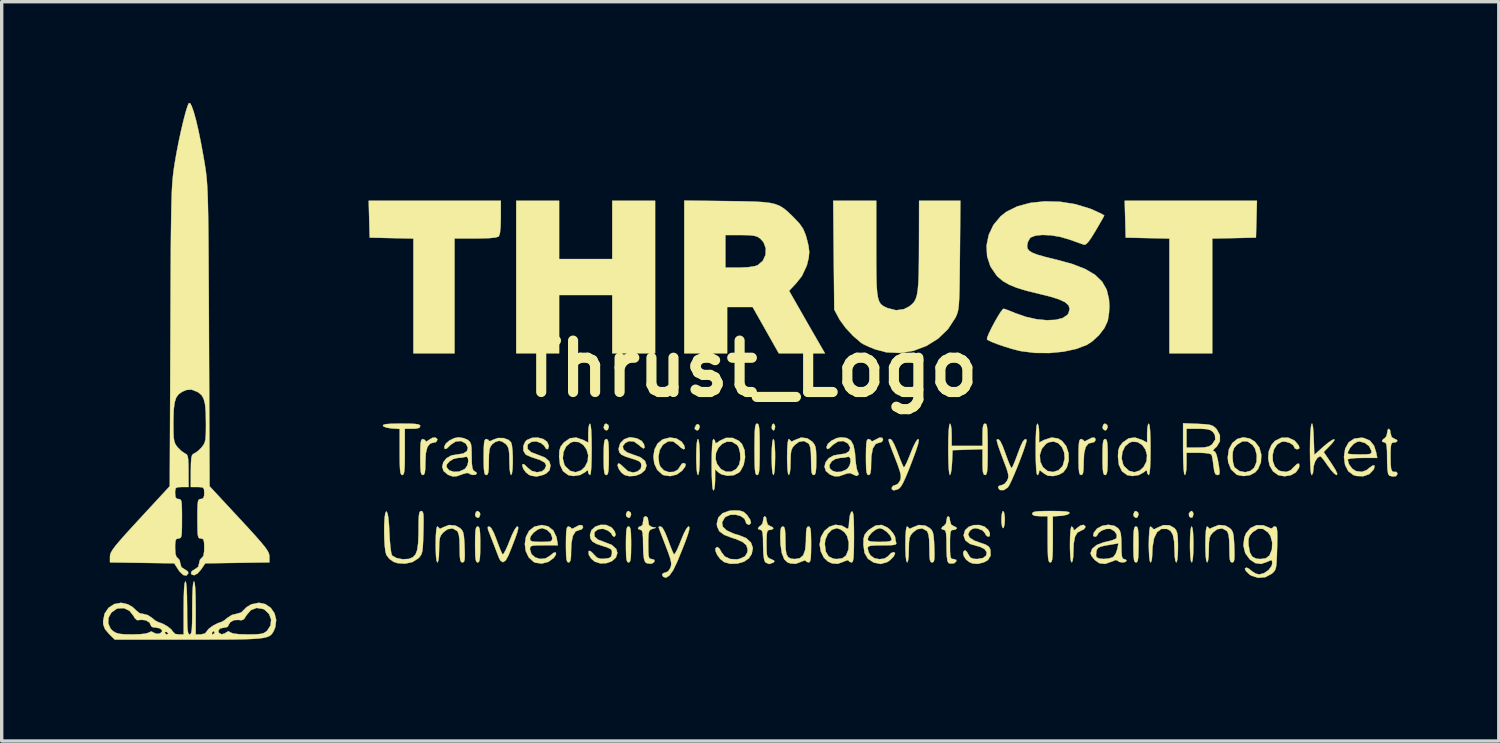
<source format=kicad_pcb>
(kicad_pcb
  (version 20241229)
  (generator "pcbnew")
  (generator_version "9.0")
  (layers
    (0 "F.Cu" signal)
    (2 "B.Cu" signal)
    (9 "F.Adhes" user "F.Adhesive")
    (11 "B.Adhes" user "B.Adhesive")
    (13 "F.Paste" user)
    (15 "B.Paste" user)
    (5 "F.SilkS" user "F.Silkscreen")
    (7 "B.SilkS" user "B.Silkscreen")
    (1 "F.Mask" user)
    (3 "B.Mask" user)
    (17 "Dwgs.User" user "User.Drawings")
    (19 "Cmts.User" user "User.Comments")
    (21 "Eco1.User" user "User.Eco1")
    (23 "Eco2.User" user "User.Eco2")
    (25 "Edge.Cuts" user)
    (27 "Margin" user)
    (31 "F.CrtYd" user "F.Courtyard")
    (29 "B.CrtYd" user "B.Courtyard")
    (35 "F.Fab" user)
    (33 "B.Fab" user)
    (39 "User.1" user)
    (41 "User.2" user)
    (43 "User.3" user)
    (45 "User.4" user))
  (footprint "Thrust_Logo"
    (layer "F.Cu")
    (at 19.157 7.877)
    (property "Reference" "Thrust_Logo" (at 0 0 0) (layer "F.SilkS") (effects (font (size 1.524 1.524) (thickness 0.3))))
    (attr through_hole)
    (fp_poly (pts (xy -7.99 4.259) (xy -7.976 4.318) (xy -8.007 4.401) (xy -8.052 4.42) (xy -8.114 4.377) (xy -8.128 4.318) (xy -8.096 4.235) (xy -8.052 4.216) (xy -7.99 4.259)) (stroke (width 0.01) (type solid)) (fill yes) (layer "F.SilkS"))
    (fp_poly (pts (xy -4.18 1.668) (xy -4.166 1.727) (xy -4.197 1.81) (xy -4.242 1.829) (xy -4.304 1.786) (xy -4.318 1.727) (xy -4.286 1.644) (xy -4.242 1.626) (xy -4.18 1.668)) (stroke (width 0.01) (type solid)) (fill yes) (layer "F.SilkS"))
    (fp_poly (pts (xy -3.519 4.259) (xy -3.505 4.318) (xy -3.537 4.401) (xy -3.581 4.42) (xy -3.643 4.377) (xy -3.658 4.318) (xy -3.626 4.235) (xy -3.581 4.216) (xy -3.519 4.259)) (stroke (width 0.01) (type solid)) (fill yes) (layer "F.SilkS"))
    (fp_poly (pts (xy -1.476 1.693) (xy -1.473 1.723) (xy -1.505 1.81) (xy -1.553 1.829) (xy -1.614 1.791) (xy -1.617 1.744) (xy -1.574 1.659) (xy -1.516 1.641) (xy -1.476 1.693)) (stroke (width 0.01) (type solid)) (fill yes) (layer "F.SilkS"))
    (fp_poly (pts (xy 0.752 1.668) (xy 0.762 1.727) (xy 0.741 1.81) (xy 0.711 1.829) (xy 0.67 1.786) (xy 0.66 1.727) (xy 0.682 1.645) (xy 0.711 1.626) (xy 0.752 1.668)) (stroke (width 0.01) (type solid)) (fill yes) (layer "F.SilkS"))
    (fp_poly (pts (xy 10.603 1.668) (xy 10.617 1.727) (xy 10.585 1.81) (xy 10.541 1.829) (xy 10.479 1.786) (xy 10.465 1.727) (xy 10.497 1.644) (xy 10.541 1.626) (xy 10.603 1.668)) (stroke (width 0.01) (type solid)) (fill yes) (layer "F.SilkS"))
    (fp_poly (pts (xy 11.517 4.259) (xy 11.532 4.318) (xy 11.5 4.401) (xy 11.455 4.42) (xy 11.393 4.377) (xy 11.379 4.318) (xy 11.411 4.235) (xy 11.455 4.216) (xy 11.517 4.259)) (stroke (width 0.01) (type solid)) (fill yes) (layer "F.SilkS"))
    (fp_poly (pts (xy 13.148 4.259) (xy 13.157 4.318) (xy 13.13 4.404) (xy 13.071 4.411) (xy 13.03 4.369) (xy 13.024 4.285) (xy 13.08 4.223) (xy 13.109 4.216) (xy 13.148 4.259)) (stroke (width 0.01) (type solid)) (fill yes) (layer "F.SilkS"))
    (fp_poly (pts (xy 15.026 -4.432) (xy 15.011 -3.886) (xy 14.364 -3.872) (xy 13.716 -3.858) (xy 13.716 -0.457) (xy 12.446 -0.457) (xy 12.446 -3.858) (xy 11.798 -3.872) (xy 11.151 -3.886) (xy 11.122 -4.978) (xy 15.04 -4.978) (xy 15.026 -4.432)) (stroke (width 0.01) (type solid)) (fill yes) (layer "F.SilkS"))
    (fp_poly (pts (xy -5.639 -3.251) (xy -4.064 -3.251) (xy -4.064 -4.978) (xy -2.794 -4.978) (xy -2.794 -0.457) (xy -4.064 -0.457) (xy -4.064 -2.184) (xy -5.639 -2.184) (xy -5.639 -0.457) (xy -6.909 -0.457) (xy -6.909 -4.978) (xy -5.639 -4.978) (xy -5.639 -3.251)) (stroke (width 0.01) (type solid)) (fill yes) (layer "F.SilkS"))
    (fp_poly (pts (xy 7.547 4.262) (xy 7.566 4.379) (xy 7.569 4.47) (xy 7.56 4.615) (xy 7.537 4.707) (xy 7.518 4.724) (xy 7.489 4.679) (xy 7.471 4.562) (xy 7.468 4.47) (xy 7.477 4.326) (xy 7.5 4.234) (xy 7.518 4.216) (xy 7.547 4.262)) (stroke (width 0.01) (type solid)) (fill yes) (layer "F.SilkS"))
    (fp_poly (pts (xy -1.501 2.131) (xy -1.484 2.267) (xy -1.475 2.477) (xy -1.473 2.616) (xy -1.478 2.86) (xy -1.491 3.038) (xy -1.511 3.135) (xy -1.524 3.15) (xy -1.547 3.101) (xy -1.564 2.965) (xy -1.573 2.755) (xy -1.575 2.616) (xy -1.57 2.372) (xy -1.557 2.194) (xy -1.537 2.097) (xy -1.524 2.083) (xy -1.501 2.131)) (stroke (width 0.01) (type solid)) (fill yes) (layer "F.SilkS"))
    (fp_poly (pts (xy 0.734 2.131) (xy 0.751 2.267) (xy 0.761 2.477) (xy 0.762 2.616) (xy 0.757 2.86) (xy 0.744 3.038) (xy 0.724 3.135) (xy 0.711 3.15) (xy 0.688 3.101) (xy 0.671 2.965) (xy 0.662 2.755) (xy 0.66 2.616) (xy 0.665 2.372) (xy 0.678 2.194) (xy 0.698 2.097) (xy 0.711 2.083) (xy 0.734 2.131)) (stroke (width 0.01) (type solid)) (fill yes) (layer "F.SilkS"))
    (fp_poly (pts (xy 13.13 4.722) (xy 13.147 4.858) (xy 13.156 5.068) (xy 13.157 5.207) (xy 13.153 5.451) (xy 13.14 5.629) (xy 13.12 5.726) (xy 13.106 5.74) (xy 13.083 5.692) (xy 13.066 5.556) (xy 13.057 5.346) (xy 13.056 5.207) (xy 13.06 4.963) (xy 13.073 4.785) (xy 13.093 4.688) (xy 13.106 4.674) (xy 13.13 4.722)) (stroke (width 0.01) (type solid)) (fill yes) (layer "F.SilkS"))
    (fp_poly (pts (xy -7.366 -4.481) (xy -7.373 -4.21) (xy -7.392 -4.022) (xy -7.423 -3.926) (xy -7.427 -3.922) (xy -7.512 -3.891) (xy -7.697 -3.871) (xy -7.981 -3.862) (xy -8.113 -3.861) (xy -8.738 -3.861) (xy -8.738 -0.457) (xy -9.957 -0.457) (xy -9.957 -3.858) (xy -10.604 -3.872) (xy -11.252 -3.886) (xy -11.281 -4.978) (xy -7.366 -4.978) (xy -7.366 -4.481)) (stroke (width 0.01) (type solid)) (fill yes) (layer "F.SilkS"))
    (fp_poly (pts (xy -8.017 4.69) (xy -7.994 4.75) (xy -7.982 4.87) (xy -7.976 5.066) (xy -7.976 5.207) (xy -7.978 5.451) (xy -7.987 5.609) (xy -8.004 5.699) (xy -8.032 5.736) (xy -8.052 5.74) (xy -8.087 5.724) (xy -8.109 5.664) (xy -8.122 5.544) (xy -8.127 5.348) (xy -8.128 5.207) (xy -8.126 4.963) (xy -8.117 4.805) (xy -8.1 4.715) (xy -8.072 4.678) (xy -8.052 4.674) (xy -8.017 4.69)) (stroke (width 0.01) (type solid)) (fill yes) (layer "F.SilkS"))
    (fp_poly (pts (xy -4.207 2.099) (xy -4.184 2.159) (xy -4.172 2.279) (xy -4.166 2.476) (xy -4.166 2.616) (xy -4.168 2.86) (xy -4.177 3.018) (xy -4.194 3.108) (xy -4.222 3.145) (xy -4.242 3.15) (xy -4.277 3.133) (xy -4.299 3.073) (xy -4.312 2.953) (xy -4.317 2.757) (xy -4.318 2.616) (xy -4.316 2.373) (xy -4.307 2.214) (xy -4.29 2.124) (xy -4.262 2.087) (xy -4.242 2.083) (xy -4.207 2.099)) (stroke (width 0.01) (type solid)) (fill yes) (layer "F.SilkS"))
    (fp_poly (pts (xy -3.547 4.69) (xy -3.524 4.75) (xy -3.511 4.87) (xy -3.506 5.066) (xy -3.505 5.207) (xy -3.508 5.451) (xy -3.516 5.609) (xy -3.533 5.699) (xy -3.561 5.736) (xy -3.581 5.74) (xy -3.616 5.724) (xy -3.639 5.664) (xy -3.652 5.544) (xy -3.657 5.348) (xy -3.658 5.207) (xy -3.655 4.963) (xy -3.647 4.805) (xy -3.63 4.715) (xy -3.601 4.678) (xy -3.581 4.674) (xy -3.547 4.69)) (stroke (width 0.01) (type solid)) (fill yes) (layer "F.SilkS"))
    (fp_poly (pts (xy 10.576 2.099) (xy 10.598 2.159) (xy 10.611 2.279) (xy 10.617 2.476) (xy 10.617 2.616) (xy 10.615 2.86) (xy 10.606 3.018) (xy 10.589 3.108) (xy 10.561 3.145) (xy 10.541 3.15) (xy 10.506 3.133) (xy 10.484 3.073) (xy 10.471 2.953) (xy 10.465 2.757) (xy 10.465 2.616) (xy 10.467 2.373) (xy 10.476 2.214) (xy 10.493 2.124) (xy 10.521 2.087) (xy 10.541 2.083) (xy 10.576 2.099)) (stroke (width 0.01) (type solid)) (fill yes) (layer "F.SilkS"))
    (fp_poly (pts (xy 11.49 4.69) (xy 11.513 4.75) (xy 11.526 4.87) (xy 11.531 5.066) (xy 11.532 5.207) (xy 11.529 5.451) (xy 11.521 5.609) (xy 11.504 5.699) (xy 11.475 5.736) (xy 11.455 5.74) (xy 11.421 5.724) (xy 11.398 5.664) (xy 11.385 5.544) (xy 11.38 5.348) (xy 11.379 5.207) (xy 11.382 4.963) (xy 11.39 4.805) (xy 11.407 4.715) (xy 11.435 4.678) (xy 11.455 4.674) (xy 11.49 4.69)) (stroke (width 0.01) (type solid)) (fill yes) (layer "F.SilkS"))
    (fp_poly (pts (xy 0.258 1.639) (xy 0.28 1.69) (xy 0.293 1.792) (xy 0.301 1.96) (xy 0.304 2.207) (xy 0.305 2.388) (xy 0.303 2.686) (xy 0.298 2.897) (xy 0.288 3.034) (xy 0.271 3.112) (xy 0.247 3.145) (xy 0.229 3.15) (xy 0.199 3.136) (xy 0.178 3.085) (xy 0.164 2.983) (xy 0.156 2.815) (xy 0.153 2.569) (xy 0.152 2.388) (xy 0.154 2.089) (xy 0.159 1.879) (xy 0.169 1.741) (xy 0.186 1.663) (xy 0.21 1.63) (xy 0.229 1.626) (xy 0.258 1.639)) (stroke (width 0.01) (type solid)) (fill yes) (layer "F.SilkS"))
    (fp_poly (pts (xy 9.954 4.67) (xy 9.957 4.693) (xy 9.913 4.757) (xy 9.828 4.797) (xy 9.719 4.856) (xy 9.648 4.979) (xy 9.611 5.177) (xy 9.601 5.414) (xy 9.594 5.585) (xy 9.575 5.702) (xy 9.55 5.74) (xy 9.527 5.692) (xy 9.51 5.556) (xy 9.501 5.346) (xy 9.5 5.207) (xy 9.504 4.963) (xy 9.517 4.785) (xy 9.537 4.688) (xy 9.55 4.674) (xy 9.595 4.715) (xy 9.601 4.75) (xy 9.616 4.79) (xy 9.672 4.754) (xy 9.703 4.724) (xy 9.811 4.646) (xy 9.904 4.626) (xy 9.954 4.67)) (stroke (width 0.01) (type solid)) (fill yes) (layer "F.SilkS"))
    (fp_poly (pts (xy -4.954 4.637) (xy -4.928 4.699) (xy -4.97 4.761) (xy -5.026 4.775) (xy -5.149 4.819) (xy -5.232 4.952) (xy -5.275 5.176) (xy -5.283 5.371) (xy -5.287 5.568) (xy -5.303 5.683) (xy -5.332 5.733) (xy -5.359 5.74) (xy -5.394 5.724) (xy -5.417 5.664) (xy -5.43 5.544) (xy -5.435 5.348) (xy -5.436 5.207) (xy -5.433 4.963) (xy -5.425 4.805) (xy -5.408 4.715) (xy -5.379 4.678) (xy -5.359 4.674) (xy -5.292 4.703) (xy -5.283 4.727) (xy -5.249 4.742) (xy -5.17 4.702) (xy -5.04 4.634) (xy -4.954 4.637)) (stroke (width 0.01) (type solid)) (fill yes) (layer "F.SilkS"))
    (fp_poly (pts (xy 3.936 2.046) (xy 3.962 2.108) (xy 3.92 2.171) (xy 3.864 2.184) (xy 3.741 2.228) (xy 3.658 2.361) (xy 3.615 2.585) (xy 3.607 2.78) (xy 3.603 2.977) (xy 3.587 3.092) (xy 3.558 3.143) (xy 3.531 3.15) (xy 3.496 3.133) (xy 3.473 3.073) (xy 3.46 2.953) (xy 3.455 2.757) (xy 3.454 2.616) (xy 3.457 2.373) (xy 3.465 2.214) (xy 3.482 2.124) (xy 3.511 2.087) (xy 3.531 2.083) (xy 3.598 2.112) (xy 3.607 2.136) (xy 3.641 2.151) (xy 3.72 2.111) (xy 3.85 2.043) (xy 3.936 2.046)) (stroke (width 0.01) (type solid)) (fill yes) (layer "F.SilkS"))
    (fp_poly (pts (xy 10.235 2.046) (xy 10.262 2.108) (xy 10.22 2.172) (xy 10.168 2.184) (xy 10.046 2.217) (xy 9.965 2.32) (xy 9.919 2.503) (xy 9.906 2.76) (xy 9.902 2.963) (xy 9.888 3.084) (xy 9.861 3.139) (xy 9.83 3.15) (xy 9.795 3.133) (xy 9.772 3.073) (xy 9.76 2.953) (xy 9.754 2.757) (xy 9.754 2.616) (xy 9.756 2.373) (xy 9.765 2.214) (xy 9.782 2.124) (xy 9.81 2.087) (xy 9.83 2.083) (xy 9.897 2.112) (xy 9.906 2.136) (xy 9.94 2.151) (xy 10.019 2.111) (xy 10.15 2.043) (xy 10.235 2.046)) (stroke (width 0.01) (type solid)) (fill yes) (layer "F.SilkS"))
    (fp_poly (pts (xy -9.248 2.085) (xy -9.246 2.108) (xy -9.287 2.172) (xy -9.339 2.184) (xy -9.461 2.217) (xy -9.543 2.32) (xy -9.588 2.503) (xy -9.601 2.76) (xy -9.605 2.963) (xy -9.619 3.084) (xy -9.647 3.139) (xy -9.677 3.15) (xy -9.712 3.133) (xy -9.735 3.073) (xy -9.748 2.953) (xy -9.753 2.757) (xy -9.754 2.616) (xy -9.751 2.373) (xy -9.743 2.214) (xy -9.726 2.124) (xy -9.697 2.087) (xy -9.677 2.083) (xy -9.61 2.114) (xy -9.601 2.141) (xy -9.572 2.16) (xy -9.508 2.116) (xy -9.398 2.048) (xy -9.302 2.038) (xy -9.248 2.085)) (stroke (width 0.01) (type solid)) (fill yes) (layer "F.SilkS"))
    (fp_poly (pts (xy -10.065 1.628) (xy -9.9 1.636) (xy -9.803 1.651) (xy -9.76 1.677) (xy -9.754 1.702) (xy -9.784 1.752) (xy -9.885 1.775) (xy -9.982 1.778) (xy -10.211 1.778) (xy -10.211 2.464) (xy -10.212 2.745) (xy -10.218 2.939) (xy -10.23 3.061) (xy -10.25 3.126) (xy -10.278 3.149) (xy -10.287 3.15) (xy -10.318 3.135) (xy -10.34 3.082) (xy -10.353 2.975) (xy -10.361 2.799) (xy -10.363 2.54) (xy -10.363 2.467) (xy -10.363 1.784) (xy -10.601 1.768) (xy -10.748 1.746) (xy -10.842 1.709) (xy -10.859 1.689) (xy -10.843 1.66) (xy -10.765 1.641) (xy -10.613 1.63) (xy -10.374 1.626) (xy -10.317 1.626) (xy -10.065 1.628)) (stroke (width 0.01) (type solid)) (fill yes) (layer "F.SilkS"))
    (fp_poly (pts (xy 9.202 4.219) (xy 9.37 4.229) (xy 9.462 4.246) (xy 9.488 4.273) (xy 9.487 4.28) (xy 9.428 4.321) (xy 9.3 4.351) (xy 9.229 4.359) (xy 8.992 4.374) (xy 8.992 5.057) (xy 8.99 5.338) (xy 8.984 5.531) (xy 8.972 5.653) (xy 8.953 5.718) (xy 8.924 5.74) (xy 8.915 5.74) (xy 8.884 5.726) (xy 8.863 5.673) (xy 8.849 5.566) (xy 8.842 5.391) (xy 8.839 5.132) (xy 8.839 5.055) (xy 8.839 4.369) (xy 8.611 4.369) (xy 8.46 4.359) (xy 8.391 4.325) (xy 8.382 4.293) (xy 8.398 4.259) (xy 8.456 4.236) (xy 8.573 4.223) (xy 8.765 4.217) (xy 8.945 4.216) (xy 9.202 4.219)) (stroke (width 0.01) (type solid)) (fill yes) (layer "F.SilkS"))
    (fp_poly (pts (xy -6.853 4.691) (xy -6.854 4.749) (xy -6.883 4.86) (xy -6.944 5.034) (xy -7.04 5.282) (xy -7.137 5.524) (xy -7.22 5.678) (xy -7.301 5.733) (xy -7.376 5.69) (xy -7.422 5.601) (xy -7.47 5.478) (xy -7.537 5.303) (xy -7.594 5.156) (xy -7.661 4.982) (xy -7.718 4.837) (xy -7.747 4.763) (xy -7.752 4.688) (xy -7.708 4.674) (xy -7.65 4.722) (xy -7.575 4.86) (xy -7.493 5.067) (xy -7.423 5.255) (xy -7.362 5.406) (xy -7.32 5.494) (xy -7.314 5.504) (xy -7.281 5.479) (xy -7.224 5.376) (xy -7.152 5.215) (xy -7.111 5.11) (xy -7.027 4.906) (xy -6.951 4.757) (xy -6.892 4.68) (xy -6.877 4.674) (xy -6.853 4.691)) (stroke (width 0.01) (type solid)) (fill yes) (layer "F.SilkS"))
    (fp_poly (pts (xy -2.163 2.066) (xy -2.007 2.164) (xy -1.937 2.266) (xy -1.911 2.362) (xy -1.945 2.387) (xy -2.027 2.342) (xy -2.113 2.261) (xy -2.258 2.155) (xy -2.405 2.15) (xy -2.556 2.247) (xy -2.568 2.258) (xy -2.659 2.412) (xy -2.696 2.611) (xy -2.674 2.812) (xy -2.639 2.901) (xy -2.534 3.012) (xy -2.39 3.063) (xy -2.241 3.056) (xy -2.117 2.991) (xy -2.058 2.899) (xy -2.002 2.815) (xy -1.952 2.794) (xy -1.887 2.822) (xy -1.906 2.904) (xy -1.994 3.021) (xy -2.15 3.134) (xy -2.344 3.182) (xy -2.533 3.156) (xy -2.585 3.132) (xy -2.731 2.996) (xy -2.818 2.81) (xy -2.844 2.601) (xy -2.812 2.394) (xy -2.721 2.216) (xy -2.572 2.095) (xy -2.567 2.093) (xy -2.358 2.04) (xy -2.163 2.066)) (stroke (width 0.01) (type solid)) (fill yes) (layer "F.SilkS"))
    (fp_poly (pts (xy 16.14 2.12) (xy 16.182 2.157) (xy 16.281 2.278) (xy 16.3 2.357) (xy 16.237 2.388) (xy 16.231 2.388) (xy 16.163 2.361) (xy 16.154 2.338) (xy 16.11 2.26) (xy 16.003 2.194) (xy 15.871 2.158) (xy 15.777 2.163) (xy 15.639 2.242) (xy 15.548 2.382) (xy 15.505 2.556) (xy 15.511 2.735) (xy 15.568 2.895) (xy 15.677 3.006) (xy 15.744 3.034) (xy 15.912 3.057) (xy 16.038 3.009) (xy 16.139 2.907) (xy 16.233 2.819) (xy 16.289 2.815) (xy 16.296 2.893) (xy 16.282 2.943) (xy 16.193 3.071) (xy 16.04 3.156) (xy 15.855 3.186) (xy 15.67 3.152) (xy 15.515 3.039) (xy 15.415 2.867) (xy 15.373 2.66) (xy 15.39 2.448) (xy 15.471 2.255) (xy 15.578 2.136) (xy 15.764 2.046) (xy 15.962 2.041) (xy 16.14 2.12)) (stroke (width 0.01) (type solid)) (fill yes) (layer "F.SilkS"))
    (fp_poly (pts (xy -3.013 4.414) (xy -2.997 4.518) (xy -2.976 4.634) (xy -2.9 4.685) (xy -2.883 4.689) (xy -2.769 4.712) (xy -2.883 4.749) (xy -2.939 4.775) (xy -2.973 4.822) (xy -2.99 4.913) (xy -2.997 5.068) (xy -2.997 5.213) (xy -2.995 5.421) (xy -2.987 5.547) (xy -2.966 5.612) (xy -2.929 5.636) (xy -2.891 5.639) (xy -2.816 5.664) (xy -2.814 5.718) (xy -2.878 5.768) (xy -2.926 5.78) (xy -3.039 5.763) (xy -3.087 5.732) (xy -3.122 5.641) (xy -3.143 5.459) (xy -3.15 5.222) (xy -3.153 5.002) (xy -3.164 4.866) (xy -3.186 4.796) (xy -3.223 4.775) (xy -3.226 4.775) (xy -3.293 4.748) (xy -3.302 4.724) (xy -3.261 4.679) (xy -3.226 4.674) (xy -3.165 4.628) (xy -3.15 4.521) (xy -3.127 4.4) (xy -3.073 4.369) (xy -3.013 4.414)) (stroke (width 0.01) (type solid)) (fill yes) (layer "F.SilkS"))
    (fp_poly (pts (xy 14.828 2.068) (xy 14.98 2.162) (xy 15.111 2.333) (xy 15.17 2.546) (xy 15.158 2.769) (xy 15.073 2.973) (xy 14.99 3.069) (xy 14.836 3.152) (xy 14.645 3.18) (xy 14.468 3.149) (xy 14.433 3.132) (xy 14.275 2.985) (xy 14.189 2.772) (xy 14.175 2.626) (xy 14.178 2.607) (xy 14.317 2.607) (xy 14.33 2.769) (xy 14.364 2.896) (xy 14.383 2.929) (xy 14.526 3.034) (xy 14.694 3.066) (xy 14.856 3.023) (xy 14.962 2.929) (xy 15.029 2.758) (xy 15.035 2.556) (xy 14.984 2.366) (xy 14.912 2.258) (xy 14.764 2.155) (xy 14.617 2.15) (xy 14.458 2.243) (xy 14.451 2.249) (xy 14.364 2.345) (xy 14.325 2.461) (xy 14.317 2.607) (xy 14.178 2.607) (xy 14.21 2.387) (xy 14.31 2.202) (xy 14.457 2.081) (xy 14.635 2.033) (xy 14.828 2.068)) (stroke (width 0.01) (type solid)) (fill yes) (layer "F.SilkS"))
    (fp_poly (pts (xy 5.93 4.412) (xy 5.944 4.501) (xy 5.978 4.618) (xy 6.045 4.659) (xy 6.128 4.699) (xy 6.147 4.73) (xy 6.104 4.767) (xy 6.045 4.775) (xy 5.996 4.783) (xy 5.966 4.821) (xy 5.95 4.907) (xy 5.944 5.063) (xy 5.944 5.207) (xy 5.945 5.417) (xy 5.954 5.545) (xy 5.974 5.611) (xy 6.011 5.636) (xy 6.049 5.639) (xy 6.127 5.663) (xy 6.134 5.702) (xy 6.067 5.766) (xy 5.951 5.772) (xy 5.905 5.758) (xy 5.872 5.703) (xy 5.851 5.567) (xy 5.842 5.34) (xy 5.842 5.254) (xy 5.839 5.025) (xy 5.829 4.88) (xy 5.809 4.803) (xy 5.776 4.776) (xy 5.766 4.775) (xy 5.698 4.751) (xy 5.69 4.73) (xy 5.73 4.674) (xy 5.766 4.655) (xy 5.824 4.588) (xy 5.842 4.497) (xy 5.859 4.401) (xy 5.893 4.369) (xy 5.93 4.412)) (stroke (width 0.01) (type solid)) (fill yes) (layer "F.SilkS"))
    (fp_poly (pts (xy 12.451 4.64) (xy 12.598 4.724) (xy 12.648 4.789) (xy 12.679 4.876) (xy 12.695 5.01) (xy 12.7 5.216) (xy 12.7 5.283) (xy 12.695 5.502) (xy 12.68 5.659) (xy 12.658 5.735) (xy 12.649 5.74) (xy 12.623 5.693) (xy 12.605 5.568) (xy 12.598 5.388) (xy 12.586 5.11) (xy 12.548 4.919) (xy 12.478 4.802) (xy 12.376 4.747) (xy 12.21 4.747) (xy 12.081 4.84) (xy 11.992 5.021) (xy 11.946 5.287) (xy 11.938 5.474) (xy 11.929 5.623) (xy 11.907 5.72) (xy 11.887 5.74) (xy 11.864 5.692) (xy 11.847 5.556) (xy 11.838 5.346) (xy 11.836 5.207) (xy 11.841 4.988) (xy 11.852 4.813) (xy 11.868 4.702) (xy 11.883 4.674) (xy 11.94 4.714) (xy 11.95 4.734) (xy 11.993 4.76) (xy 12.088 4.712) (xy 12.092 4.709) (xy 12.27 4.634) (xy 12.451 4.64)) (stroke (width 0.01) (type solid)) (fill yes) (layer "F.SilkS"))
    (fp_poly (pts (xy 16.681 1.631) (xy 16.7 1.72) (xy 16.716 1.901) (xy 16.724 2.089) (xy 16.739 2.553) (xy 17 2.318) (xy 17.153 2.19) (xy 17.266 2.113) (xy 17.33 2.088) (xy 17.336 2.117) (xy 17.274 2.202) (xy 17.207 2.275) (xy 17.019 2.467) (xy 17.248 2.808) (xy 17.365 2.992) (xy 17.418 3.104) (xy 17.41 3.148) (xy 17.401 3.15) (xy 17.335 3.11) (xy 17.238 3.006) (xy 17.138 2.87) (xy 17.039 2.728) (xy 16.959 2.627) (xy 16.917 2.591) (xy 16.836 2.636) (xy 16.764 2.747) (xy 16.719 2.892) (xy 16.713 2.963) (xy 16.701 3.084) (xy 16.671 3.147) (xy 16.662 3.15) (xy 16.642 3.1) (xy 16.626 2.958) (xy 16.616 2.732) (xy 16.612 2.43) (xy 16.612 2.388) (xy 16.616 2.094) (xy 16.627 1.866) (xy 16.643 1.709) (xy 16.661 1.629) (xy 16.681 1.631)) (stroke (width 0.01) (type solid)) (fill yes) (layer "F.SilkS"))
    (fp_poly (pts (xy 18.986 1.822) (xy 18.999 1.91) (xy 19.033 2.028) (xy 19.101 2.068) (xy 19.183 2.108) (xy 19.202 2.14) (xy 19.16 2.176) (xy 19.101 2.184) (xy 19.051 2.192) (xy 19.021 2.23) (xy 19.006 2.316) (xy 19 2.472) (xy 18.999 2.616) (xy 19.003 2.835) (xy 19.017 2.97) (xy 19.049 3.039) (xy 19.106 3.059) (xy 19.164 3.054) (xy 19.198 3.089) (xy 19.202 3.124) (xy 19.161 3.183) (xy 19.058 3.193) (xy 18.961 3.167) (xy 18.928 3.113) (xy 18.907 2.977) (xy 18.898 2.752) (xy 18.898 2.663) (xy 18.895 2.434) (xy 18.885 2.289) (xy 18.865 2.212) (xy 18.832 2.185) (xy 18.821 2.184) (xy 18.754 2.16) (xy 18.745 2.139) (xy 18.786 2.084) (xy 18.821 2.064) (xy 18.879 1.997) (xy 18.898 1.907) (xy 18.915 1.81) (xy 18.948 1.778) (xy 18.986 1.822)) (stroke (width 0.01) (type solid)) (fill yes) (layer "F.SilkS"))
    (fp_poly (pts (xy 0.495 4.412) (xy 0.508 4.501) (xy 0.542 4.618) (xy 0.61 4.659) (xy 0.692 4.699) (xy 0.711 4.73) (xy 0.669 4.767) (xy 0.61 4.775) (xy 0.559 4.784) (xy 0.529 4.823) (xy 0.514 4.913) (xy 0.508 5.074) (xy 0.508 5.183) (xy 0.51 5.386) (xy 0.519 5.511) (xy 0.544 5.581) (xy 0.591 5.62) (xy 0.646 5.643) (xy 0.734 5.686) (xy 0.735 5.724) (xy 0.709 5.743) (xy 0.583 5.788) (xy 0.478 5.74) (xy 0.467 5.73) (xy 0.435 5.644) (xy 0.414 5.47) (xy 0.406 5.222) (xy 0.406 5.222) (xy 0.403 5.002) (xy 0.392 4.866) (xy 0.37 4.796) (xy 0.333 4.775) (xy 0.33 4.775) (xy 0.263 4.751) (xy 0.254 4.73) (xy 0.294 4.674) (xy 0.33 4.655) (xy 0.388 4.588) (xy 0.406 4.497) (xy 0.424 4.401) (xy 0.457 4.369) (xy 0.495 4.412)) (stroke (width 0.01) (type solid)) (fill yes) (layer "F.SilkS"))
    (fp_poly (pts (xy -1.778 4.697) (xy -1.784 4.772) (xy -1.822 4.907) (xy -1.894 5.11) (xy -2.004 5.39) (xy -2.143 5.729) (xy -2.259 5.971) (xy -2.37 6.127) (xy -2.471 6.193) (xy -2.557 6.164) (xy -2.589 6.091) (xy -2.532 6.048) (xy -2.495 6.045) (xy -2.404 6) (xy -2.341 5.902) (xy -2.319 5.828) (xy -2.318 5.743) (xy -2.344 5.627) (xy -2.401 5.458) (xy -2.487 5.232) (xy -2.569 5.019) (xy -2.636 4.845) (xy -2.679 4.728) (xy -2.692 4.689) (xy -2.651 4.675) (xy -2.623 4.674) (xy -2.572 4.719) (xy -2.503 4.845) (xy -2.426 5.031) (xy -2.413 5.067) (xy -2.343 5.255) (xy -2.283 5.405) (xy -2.242 5.492) (xy -2.236 5.502) (xy -2.204 5.476) (xy -2.147 5.373) (xy -2.076 5.211) (xy -2.036 5.108) (xy -1.95 4.9) (xy -1.874 4.752) (xy -1.815 4.678) (xy -1.802 4.674) (xy -1.778 4.697)) (stroke (width 0.01) (type solid)) (fill yes) (layer "F.SilkS"))
    (fp_poly (pts (xy 7.015 1.639) (xy 7.036 1.69) (xy 7.05 1.792) (xy 7.057 1.96) (xy 7.061 2.207) (xy 7.061 2.388) (xy 7.06 2.686) (xy 7.055 2.897) (xy 7.045 3.034) (xy 7.028 3.112) (xy 7.003 3.145) (xy 6.985 3.15) (xy 6.945 3.13) (xy 6.921 3.058) (xy 6.911 2.916) (xy 6.909 2.767) (xy 6.909 2.384) (xy 6.02 2.413) (xy 6.005 2.781) (xy 5.991 2.96) (xy 5.97 3.091) (xy 5.945 3.149) (xy 5.941 3.15) (xy 5.923 3.101) (xy 5.908 2.964) (xy 5.898 2.751) (xy 5.893 2.476) (xy 5.893 2.388) (xy 5.896 2.077) (xy 5.906 1.841) (xy 5.921 1.688) (xy 5.941 1.626) (xy 5.944 1.626) (xy 5.97 1.672) (xy 5.988 1.796) (xy 5.994 1.956) (xy 5.994 2.286) (xy 6.909 2.286) (xy 6.909 1.956) (xy 6.914 1.771) (xy 6.932 1.668) (xy 6.968 1.628) (xy 6.985 1.626) (xy 7.015 1.639)) (stroke (width 0.01) (type solid)) (fill yes) (layer "F.SilkS"))
    (fp_poly (pts (xy 1.719 2.063) (xy 1.857 2.157) (xy 1.918 2.228) (xy 1.955 2.307) (xy 1.974 2.422) (xy 1.981 2.599) (xy 1.981 2.715) (xy 1.978 2.932) (xy 1.966 3.065) (xy 1.943 3.131) (xy 1.905 3.15) (xy 1.867 3.131) (xy 1.843 3.064) (xy 1.832 2.93) (xy 1.829 2.721) (xy 1.823 2.485) (xy 1.804 2.33) (xy 1.769 2.238) (xy 1.749 2.213) (xy 1.616 2.141) (xy 1.469 2.165) (xy 1.344 2.258) (xy 1.279 2.335) (xy 1.241 2.423) (xy 1.224 2.55) (xy 1.219 2.748) (xy 1.219 2.766) (xy 1.213 2.959) (xy 1.196 3.094) (xy 1.171 3.149) (xy 1.168 3.15) (xy 1.145 3.101) (xy 1.128 2.965) (xy 1.119 2.755) (xy 1.118 2.616) (xy 1.122 2.372) (xy 1.135 2.194) (xy 1.155 2.097) (xy 1.168 2.083) (xy 1.217 2.122) (xy 1.219 2.139) (xy 1.254 2.158) (xy 1.344 2.114) (xy 1.535 2.039) (xy 1.719 2.063)) (stroke (width 0.01) (type solid)) (fill yes) (layer "F.SilkS"))
    (fp_poly (pts (xy 1.787 4.69) (xy 1.81 4.75) (xy 1.823 4.87) (xy 1.828 5.066) (xy 1.829 5.207) (xy 1.826 5.451) (xy 1.818 5.609) (xy 1.801 5.699) (xy 1.773 5.736) (xy 1.753 5.74) (xy 1.685 5.715) (xy 1.676 5.693) (xy 1.638 5.68) (xy 1.545 5.713) (xy 1.537 5.718) (xy 1.373 5.78) (xy 1.222 5.77) (xy 1.133 5.74) (xy 1.032 5.646) (xy 0.961 5.462) (xy 0.922 5.195) (xy 0.915 4.991) (xy 0.92 4.81) (xy 0.939 4.711) (xy 0.977 4.675) (xy 0.991 4.674) (xy 1.029 4.692) (xy 1.052 4.76) (xy 1.064 4.895) (xy 1.067 5.095) (xy 1.073 5.338) (xy 1.098 5.497) (xy 1.151 5.588) (xy 1.24 5.63) (xy 1.353 5.639) (xy 1.498 5.613) (xy 1.595 5.528) (xy 1.652 5.372) (xy 1.675 5.133) (xy 1.676 5.043) (xy 1.681 4.846) (xy 1.696 4.731) (xy 1.726 4.681) (xy 1.753 4.674) (xy 1.787 4.69)) (stroke (width 0.01) (type solid)) (fill yes) (layer "F.SilkS"))
    (fp_poly (pts (xy 4.181 2.083) (xy 4.227 2.127) (xy 4.293 2.246) (xy 4.367 2.418) (xy 4.396 2.494) (xy 4.467 2.682) (xy 4.528 2.83) (xy 4.569 2.914) (xy 4.578 2.924) (xy 4.608 2.889) (xy 4.664 2.779) (xy 4.734 2.612) (xy 4.773 2.514) (xy 4.853 2.319) (xy 4.928 2.171) (xy 4.986 2.091) (xy 5.003 2.083) (xy 5.02 2.119) (xy 4.999 2.231) (xy 4.937 2.425) (xy 4.85 2.663) (xy 4.727 2.982) (xy 4.63 3.217) (xy 4.554 3.382) (xy 4.491 3.489) (xy 4.435 3.55) (xy 4.392 3.575) (xy 4.273 3.605) (xy 4.222 3.57) (xy 4.216 3.531) (xy 4.258 3.468) (xy 4.312 3.454) (xy 4.403 3.409) (xy 4.465 3.314) (xy 4.487 3.24) (xy 4.486 3.154) (xy 4.458 3.034) (xy 4.399 2.859) (xy 4.319 2.65) (xy 4.226 2.411) (xy 4.165 2.25) (xy 4.132 2.153) (xy 4.125 2.103) (xy 4.138 2.085) (xy 4.169 2.083) (xy 4.181 2.083)) (stroke (width 0.01) (type solid)) (fill yes) (layer "F.SilkS"))
    (fp_poly (pts (xy 7.435 2.147) (xy 7.503 2.287) (xy 7.59 2.517) (xy 7.597 2.539) (xy 7.665 2.724) (xy 7.723 2.865) (xy 7.762 2.94) (xy 7.769 2.946) (xy 7.799 2.902) (xy 7.851 2.783) (xy 7.917 2.613) (xy 7.944 2.539) (xy 8.034 2.302) (xy 8.105 2.155) (xy 8.162 2.09) (xy 8.21 2.097) (xy 8.213 2.1) (xy 8.208 2.157) (xy 8.17 2.288) (xy 8.108 2.47) (xy 8.028 2.684) (xy 7.94 2.91) (xy 7.85 3.127) (xy 7.768 3.314) (xy 7.7 3.452) (xy 7.658 3.517) (xy 7.539 3.596) (xy 7.431 3.595) (xy 7.4 3.573) (xy 7.367 3.5) (xy 7.425 3.458) (xy 7.466 3.454) (xy 7.564 3.41) (xy 7.638 3.315) (xy 7.667 3.246) (xy 7.675 3.173) (xy 7.658 3.075) (xy 7.612 2.931) (xy 7.532 2.719) (xy 7.506 2.652) (xy 7.427 2.439) (xy 7.367 2.263) (xy 7.334 2.143) (xy 7.331 2.101) (xy 7.379 2.088) (xy 7.435 2.147)) (stroke (width 0.01) (type solid)) (fill yes) (layer "F.SilkS"))
    (fp_poly (pts (xy -8.705 4.649) (xy -8.578 4.72) (xy -8.52 4.777) (xy -8.483 4.85) (xy -8.46 4.963) (xy -8.446 5.141) (xy -8.44 5.279) (xy -8.434 5.5) (xy -8.438 5.638) (xy -8.454 5.711) (xy -8.485 5.738) (xy -8.504 5.74) (xy -8.544 5.725) (xy -8.569 5.667) (xy -8.581 5.547) (xy -8.585 5.346) (xy -8.585 5.312) (xy -8.591 5.076) (xy -8.61 4.921) (xy -8.645 4.828) (xy -8.665 4.804) (xy -8.798 4.731) (xy -8.945 4.756) (xy -9.07 4.849) (xy -9.135 4.926) (xy -9.173 5.013) (xy -9.19 5.141) (xy -9.195 5.339) (xy -9.195 5.357) (xy -9.201 5.55) (xy -9.218 5.684) (xy -9.243 5.74) (xy -9.246 5.74) (xy -9.269 5.692) (xy -9.286 5.556) (xy -9.295 5.346) (xy -9.296 5.207) (xy -9.292 4.963) (xy -9.279 4.785) (xy -9.259 4.688) (xy -9.246 4.674) (xy -9.197 4.713) (xy -9.195 4.727) (xy -9.161 4.742) (xy -9.082 4.702) (xy -8.898 4.63) (xy -8.705 4.649)) (stroke (width 0.01) (type solid)) (fill yes) (layer "F.SilkS"))
    (fp_poly (pts (xy 5.214 4.649) (xy 5.341 4.72) (xy 5.399 4.777) (xy 5.437 4.85) (xy 5.459 4.963) (xy 5.473 5.141) (xy 5.479 5.279) (xy 5.485 5.5) (xy 5.481 5.638) (xy 5.465 5.711) (xy 5.434 5.738) (xy 5.415 5.74) (xy 5.375 5.725) (xy 5.35 5.667) (xy 5.338 5.547) (xy 5.334 5.346) (xy 5.334 5.312) (xy 5.328 5.076) (xy 5.309 4.921) (xy 5.274 4.828) (xy 5.254 4.804) (xy 5.122 4.731) (xy 4.974 4.756) (xy 4.849 4.849) (xy 4.784 4.926) (xy 4.746 5.013) (xy 4.729 5.141) (xy 4.724 5.339) (xy 4.724 5.357) (xy 4.718 5.55) (xy 4.701 5.684) (xy 4.676 5.74) (xy 4.674 5.74) (xy 4.65 5.692) (xy 4.633 5.556) (xy 4.624 5.346) (xy 4.623 5.207) (xy 4.627 4.963) (xy 4.64 4.785) (xy 4.66 4.688) (xy 4.674 4.674) (xy 4.722 4.713) (xy 4.724 4.727) (xy 4.759 4.742) (xy 4.837 4.702) (xy 5.021 4.63) (xy 5.214 4.649)) (stroke (width 0.01) (type solid)) (fill yes) (layer "F.SilkS"))
    (fp_poly (pts (xy 14.104 4.649) (xy 14.231 4.72) (xy 14.289 4.777) (xy 14.327 4.85) (xy 14.349 4.963) (xy 14.363 5.141) (xy 14.369 5.279) (xy 14.375 5.5) (xy 14.371 5.638) (xy 14.355 5.711) (xy 14.324 5.738) (xy 14.305 5.74) (xy 14.265 5.725) (xy 14.24 5.667) (xy 14.228 5.547) (xy 14.224 5.346) (xy 14.224 5.312) (xy 14.218 5.076) (xy 14.199 4.921) (xy 14.164 4.828) (xy 14.144 4.804) (xy 14.012 4.731) (xy 13.864 4.756) (xy 13.739 4.849) (xy 13.674 4.926) (xy 13.636 5.013) (xy 13.619 5.141) (xy 13.614 5.339) (xy 13.614 5.357) (xy 13.608 5.55) (xy 13.591 5.684) (xy 13.566 5.74) (xy 13.564 5.74) (xy 13.54 5.692) (xy 13.523 5.556) (xy 13.514 5.346) (xy 13.513 5.207) (xy 13.517 4.963) (xy 13.53 4.785) (xy 13.55 4.688) (xy 13.564 4.674) (xy 13.612 4.713) (xy 13.614 4.727) (xy 13.649 4.742) (xy 13.727 4.702) (xy 13.911 4.63) (xy 14.104 4.649)) (stroke (width 0.01) (type solid)) (fill yes) (layer "F.SilkS"))
    (fp_poly (pts (xy -7.281 2.055) (xy -7.136 2.109) (xy -7.062 2.183) (xy -7.037 2.275) (xy -7.021 2.427) (xy -7.012 2.612) (xy -7.012 2.803) (xy -7.02 2.974) (xy -7.036 3.098) (xy -7.06 3.149) (xy -7.061 3.15) (xy -7.086 3.102) (xy -7.104 2.972) (xy -7.112 2.78) (xy -7.112 2.743) (xy -7.116 2.527) (xy -7.132 2.387) (xy -7.166 2.296) (xy -7.214 2.235) (xy -7.324 2.159) (xy -7.417 2.134) (xy -7.527 2.168) (xy -7.62 2.235) (xy -7.673 2.305) (xy -7.704 2.401) (xy -7.718 2.549) (xy -7.722 2.743) (xy -7.725 2.952) (xy -7.738 3.077) (xy -7.764 3.137) (xy -7.798 3.15) (xy -7.833 3.133) (xy -7.855 3.073) (xy -7.868 2.953) (xy -7.873 2.757) (xy -7.874 2.616) (xy -7.872 2.373) (xy -7.863 2.214) (xy -7.846 2.124) (xy -7.818 2.087) (xy -7.798 2.083) (xy -7.73 2.111) (xy -7.722 2.135) (xy -7.686 2.147) (xy -7.6 2.107) (xy -7.595 2.104) (xy -7.447 2.052) (xy -7.281 2.055)) (stroke (width 0.01) (type solid)) (fill yes) (layer "F.SilkS"))
    (fp_poly (pts (xy -3.339 2.061) (xy -3.193 2.139) (xy -3.124 2.236) (xy -3.105 2.342) (xy -3.141 2.363) (xy -3.231 2.3) (xy -3.269 2.264) (xy -3.422 2.155) (xy -3.57 2.146) (xy -3.68 2.201) (xy -3.752 2.295) (xy -3.731 2.392) (xy -3.626 2.479) (xy -3.465 2.538) (xy -3.231 2.622) (xy -3.093 2.732) (xy -3.048 2.87) (xy -3.094 3.003) (xy -3.212 3.107) (xy -3.376 3.172) (xy -3.559 3.184) (xy -3.696 3.15) (xy -3.789 3.081) (xy -3.866 2.976) (xy -3.905 2.872) (xy -3.892 2.808) (xy -3.839 2.818) (xy -3.757 2.889) (xy -3.744 2.904) (xy -3.597 3.036) (xy -3.45 3.075) (xy -3.327 3.048) (xy -3.223 2.97) (xy -3.2 2.873) (xy -3.214 2.795) (xy -3.27 2.74) (xy -3.393 2.69) (xy -3.467 2.668) (xy -3.669 2.603) (xy -3.791 2.546) (xy -3.852 2.481) (xy -3.873 2.393) (xy -3.873 2.358) (xy -3.828 2.208) (xy -3.712 2.09) (xy -3.556 2.033) (xy -3.528 2.032) (xy -3.339 2.061)) (stroke (width 0.01) (type solid)) (fill yes) (layer "F.SilkS"))
    (fp_poly (pts (xy -6.112 2.082) (xy -5.994 2.164) (xy -5.944 2.281) (xy -5.944 2.289) (xy -5.965 2.37) (xy -5.994 2.388) (xy -6.044 2.35) (xy -6.045 2.338) (xy -6.084 2.277) (xy -6.172 2.205) (xy -6.315 2.152) (xy -6.456 2.164) (xy -6.557 2.234) (xy -6.574 2.267) (xy -6.571 2.379) (xy -6.469 2.473) (xy -6.281 2.544) (xy -6.058 2.631) (xy -5.929 2.746) (xy -5.894 2.865) (xy -5.923 3.009) (xy -6.022 3.104) (xy -6.113 3.146) (xy -6.305 3.194) (xy -6.473 3.168) (xy -6.535 3.141) (xy -6.626 3.068) (xy -6.698 2.966) (xy -6.73 2.869) (xy -6.718 2.823) (xy -6.669 2.837) (xy -6.591 2.912) (xy -6.577 2.928) (xy -6.448 3.029) (xy -6.293 3.068) (xy -6.149 3.041) (xy -6.067 2.975) (xy -6.022 2.869) (xy -6.065 2.781) (xy -6.202 2.705) (xy -6.311 2.668) (xy -6.471 2.614) (xy -6.596 2.559) (xy -6.636 2.535) (xy -6.698 2.425) (xy -6.698 2.283) (xy -6.638 2.154) (xy -6.593 2.111) (xy -6.44 2.047) (xy -6.27 2.04) (xy -6.112 2.082)) (stroke (width 0.01) (type solid)) (fill yes) (layer "F.SilkS"))
    (fp_poly (pts (xy -4.249 4.628) (xy -4.098 4.695) (xy -4.064 4.724) (xy -3.989 4.827) (xy -3.963 4.921) (xy -3.992 4.974) (xy -4.013 4.978) (xy -4.063 4.941) (xy -4.064 4.929) (xy -4.102 4.868) (xy -4.191 4.796) (xy -4.334 4.743) (xy -4.475 4.755) (xy -4.575 4.825) (xy -4.593 4.857) (xy -4.59 4.97) (xy -4.488 5.064) (xy -4.299 5.135) (xy -4.075 5.223) (xy -3.946 5.34) (xy -3.912 5.461) (xy -3.957 5.597) (xy -4.074 5.701) (xy -4.236 5.761) (xy -4.416 5.769) (xy -4.581 5.716) (xy -4.687 5.628) (xy -4.755 5.52) (xy -4.768 5.424) (xy -4.752 5.396) (xy -4.703 5.409) (xy -4.624 5.484) (xy -4.607 5.505) (xy -4.513 5.599) (xy -4.406 5.633) (xy -4.292 5.63) (xy -4.159 5.61) (xy -4.096 5.565) (xy -4.074 5.477) (xy -4.074 5.395) (xy -4.112 5.341) (xy -4.213 5.295) (xy -4.321 5.261) (xy -4.527 5.192) (xy -4.65 5.121) (xy -4.71 5.035) (xy -4.724 4.924) (xy -4.681 4.783) (xy -4.568 4.681) (xy -4.415 4.627) (xy -4.249 4.628)) (stroke (width 0.01) (type solid)) (fill yes) (layer "F.SilkS"))
    (fp_poly (pts (xy 6.964 4.677) (xy 7.081 4.777) (xy 7.126 4.875) (xy 7.121 4.958) (xy 7.071 4.978) (xy 7.01 4.932) (xy 6.987 4.882) (xy 6.91 4.791) (xy 6.766 4.735) (xy 6.671 4.725) (xy 6.59 4.757) (xy 6.532 4.804) (xy 6.48 4.906) (xy 6.526 5.004) (xy 6.666 5.094) (xy 6.832 5.154) (xy 7.004 5.213) (xy 7.099 5.276) (xy 7.141 5.357) (xy 7.141 5.357) (xy 7.148 5.539) (xy 7.067 5.671) (xy 6.95 5.736) (xy 6.766 5.783) (xy 6.616 5.77) (xy 6.521 5.732) (xy 6.422 5.656) (xy 6.356 5.556) (xy 6.332 5.46) (xy 6.359 5.396) (xy 6.401 5.385) (xy 6.445 5.426) (xy 6.493 5.512) (xy 6.552 5.598) (xy 6.647 5.633) (xy 6.753 5.639) (xy 6.924 5.609) (xy 7.017 5.535) (xy 7.033 5.439) (xy 6.969 5.344) (xy 6.825 5.272) (xy 6.77 5.26) (xy 6.54 5.192) (xy 6.401 5.089) (xy 6.35 4.946) (xy 6.35 4.929) (xy 6.392 4.784) (xy 6.499 4.685) (xy 6.648 4.633) (xy 6.811 4.63) (xy 6.964 4.677)) (stroke (width 0.01) (type solid)) (fill yes) (layer "F.SilkS"))
    (fp_poly (pts (xy -9.691 4.228) (xy -9.669 4.273) (xy -9.657 4.368) (xy -9.655 4.529) (xy -9.659 4.771) (xy -9.661 4.85) (xy -9.669 5.116) (xy -9.679 5.3) (xy -9.696 5.423) (xy -9.723 5.505) (xy -9.764 5.568) (xy -9.811 5.618) (xy -9.984 5.727) (xy -10.204 5.776) (xy -10.432 5.76) (xy -10.542 5.723) (xy -10.671 5.632) (xy -10.758 5.517) (xy -10.786 5.41) (xy -10.806 5.243) (xy -10.818 5.039) (xy -10.823 4.819) (xy -10.82 4.606) (xy -10.809 4.422) (xy -10.791 4.289) (xy -10.765 4.23) (xy -10.757 4.229) (xy -10.725 4.28) (xy -10.699 4.416) (xy -10.679 4.641) (xy -10.668 4.866) (xy -10.654 5.109) (xy -10.634 5.316) (xy -10.612 5.466) (xy -10.589 5.536) (xy -10.588 5.536) (xy -10.459 5.609) (xy -10.281 5.645) (xy -10.101 5.636) (xy -10.08 5.631) (xy -9.971 5.585) (xy -9.894 5.503) (xy -9.844 5.37) (xy -9.816 5.171) (xy -9.805 4.891) (xy -9.804 4.773) (xy -9.802 4.525) (xy -9.795 4.362) (xy -9.78 4.268) (xy -9.754 4.225) (xy -9.724 4.216) (xy -9.691 4.228)) (stroke (width 0.01) (type solid)) (fill yes) (layer "F.SilkS"))
    (fp_poly (pts (xy -4.704 1.675) (xy -4.688 1.817) (xy -4.678 2.043) (xy -4.674 2.345) (xy -4.674 2.388) (xy -4.677 2.698) (xy -4.686 2.934) (xy -4.701 3.087) (xy -4.722 3.149) (xy -4.724 3.15) (xy -4.768 3.108) (xy -4.775 3.066) (xy -4.783 3.01) (xy -4.822 3.025) (xy -4.867 3.065) (xy -5.023 3.15) (xy -5.213 3.179) (xy -5.367 3.152) (xy -5.522 3.036) (xy -5.612 2.845) (xy -5.632 2.659) (xy -5.53 2.659) (xy -5.484 2.84) (xy -5.456 2.888) (xy -5.312 3.025) (xy -5.15 3.067) (xy -4.988 3.013) (xy -4.876 2.908) (xy -4.79 2.738) (xy -4.777 2.56) (xy -4.825 2.393) (xy -4.921 2.258) (xy -5.053 2.174) (xy -5.212 2.161) (xy -5.298 2.189) (xy -5.429 2.299) (xy -5.509 2.467) (xy -5.53 2.659) (xy -5.632 2.659) (xy -5.639 2.601) (xy -5.63 2.426) (xy -5.593 2.308) (xy -5.513 2.204) (xy -5.49 2.18) (xy -5.319 2.061) (xy -5.133 2.039) (xy -4.925 2.11) (xy -4.775 2.187) (xy -4.775 1.906) (xy -4.767 1.753) (xy -4.745 1.651) (xy -4.724 1.626) (xy -4.704 1.675)) (stroke (width 0.01) (type solid)) (fill yes) (layer "F.SilkS"))
    (fp_poly (pts (xy -0.497 2.05) (xy -0.315 2.134) (xy -0.22 2.231) (xy -0.143 2.411) (xy -0.128 2.63) (xy -0.17 2.851) (xy -0.267 3.033) (xy -0.309 3.077) (xy -0.459 3.153) (xy -0.646 3.171) (xy -0.825 3.131) (xy -0.91 3.077) (xy -1.016 2.981) (xy -1.016 3.294) (xy -1.024 3.46) (xy -1.043 3.572) (xy -1.067 3.607) (xy -1.088 3.557) (xy -1.103 3.415) (xy -1.113 3.189) (xy -1.118 2.887) (xy -1.118 2.845) (xy -1.116 2.676) (xy -1.002 2.676) (xy -0.957 2.826) (xy -0.842 2.976) (xy -0.692 3.051) (xy -0.533 3.05) (xy -0.392 2.972) (xy -0.303 2.841) (xy -0.268 2.678) (xy -0.275 2.494) (xy -0.317 2.332) (xy -0.367 2.255) (xy -0.514 2.166) (xy -0.665 2.161) (xy -0.806 2.225) (xy -0.919 2.343) (xy -0.99 2.498) (xy -1.002 2.676) (xy -1.116 2.676) (xy -1.114 2.534) (xy -1.105 2.298) (xy -1.09 2.145) (xy -1.07 2.084) (xy -1.067 2.083) (xy -1.022 2.124) (xy -1.016 2.163) (xy -1.003 2.207) (xy -0.95 2.188) (xy -0.882 2.137) (xy -0.696 2.049) (xy -0.497 2.05)) (stroke (width 0.01) (type solid)) (fill yes) (layer "F.SilkS"))
    (fp_poly (pts (xy 11.857 1.675) (xy 11.873 1.817) (xy 11.883 2.043) (xy 11.887 2.345) (xy 11.887 2.388) (xy 11.884 2.698) (xy 11.874 2.934) (xy 11.859 3.087) (xy 11.839 3.149) (xy 11.836 3.15) (xy 11.793 3.108) (xy 11.786 3.066) (xy 11.778 3.01) (xy 11.739 3.025) (xy 11.693 3.065) (xy 11.538 3.15) (xy 11.348 3.179) (xy 11.194 3.152) (xy 11.039 3.036) (xy 10.949 2.845) (xy 10.928 2.659) (xy 11.031 2.659) (xy 11.077 2.84) (xy 11.105 2.888) (xy 11.249 3.025) (xy 11.411 3.067) (xy 11.573 3.013) (xy 11.685 2.908) (xy 11.77 2.738) (xy 11.783 2.56) (xy 11.736 2.393) (xy 11.64 2.258) (xy 11.507 2.174) (xy 11.349 2.161) (xy 11.263 2.189) (xy 11.132 2.299) (xy 11.052 2.467) (xy 11.031 2.659) (xy 10.928 2.659) (xy 10.922 2.601) (xy 10.931 2.426) (xy 10.968 2.308) (xy 11.048 2.204) (xy 11.07 2.18) (xy 11.242 2.061) (xy 11.428 2.039) (xy 11.636 2.11) (xy 11.786 2.187) (xy 11.786 1.906) (xy 11.794 1.753) (xy 11.815 1.651) (xy 11.836 1.626) (xy 11.857 1.675)) (stroke (width 0.01) (type solid)) (fill yes) (layer "F.SilkS"))
    (fp_poly (pts (xy 18.208 2.053) (xy 18.388 2.129) (xy 18.51 2.282) (xy 18.573 2.479) (xy 18.605 2.642) (xy 18.167 2.642) (xy 17.968 2.647) (xy 17.817 2.661) (xy 17.737 2.681) (xy 17.729 2.69) (xy 17.768 2.83) (xy 17.862 2.96) (xy 17.978 3.034) (xy 17.979 3.034) (xy 18.15 3.056) (xy 18.288 3.005) (xy 18.377 2.933) (xy 18.477 2.863) (xy 18.526 2.871) (xy 18.512 2.953) (xy 18.492 2.995) (xy 18.372 3.121) (xy 18.195 3.185) (xy 17.992 3.178) (xy 17.897 3.149) (xy 17.748 3.037) (xy 17.652 2.851) (xy 17.619 2.616) (xy 17.634 2.512) (xy 17.729 2.512) (xy 17.776 2.526) (xy 17.898 2.536) (xy 18.071 2.54) (xy 18.088 2.54) (xy 18.275 2.538) (xy 18.381 2.527) (xy 18.427 2.501) (xy 18.434 2.453) (xy 18.431 2.431) (xy 18.366 2.296) (xy 18.237 2.196) (xy 18.083 2.155) (xy 18.016 2.162) (xy 17.907 2.226) (xy 17.802 2.342) (xy 17.737 2.467) (xy 17.729 2.512) (xy 17.634 2.512) (xy 17.656 2.366) (xy 17.76 2.181) (xy 17.923 2.071) (xy 18.135 2.044) (xy 18.208 2.053)) (stroke (width 0.01) (type solid)) (fill yes) (layer "F.SilkS"))
    (fp_poly (pts (xy -5.966 4.67) (xy -5.812 4.791) (xy -5.719 4.984) (xy -5.707 5.042) (xy -5.676 5.232) (xy -6.089 5.232) (xy -6.293 5.234) (xy -6.416 5.242) (xy -6.478 5.264) (xy -6.5 5.304) (xy -6.502 5.352) (xy -6.459 5.492) (xy -6.35 5.59) (xy -6.202 5.636) (xy -6.044 5.622) (xy -5.906 5.539) (xy -5.899 5.532) (xy -5.796 5.45) (xy -5.735 5.445) (xy -5.732 5.504) (xy -5.797 5.605) (xy -5.958 5.723) (xy -6.152 5.773) (xy -6.343 5.747) (xy -6.395 5.723) (xy -6.541 5.587) (xy -6.628 5.401) (xy -6.654 5.191) (xy -6.629 5.033) (xy -6.502 5.033) (xy -6.491 5.086) (xy -6.442 5.116) (xy -6.334 5.128) (xy -6.172 5.131) (xy -5.995 5.128) (xy -5.896 5.116) (xy -5.853 5.084) (xy -5.842 5.025) (xy -5.842 5.007) (xy -5.886 4.881) (xy -5.995 4.776) (xy -6.132 4.725) (xy -6.151 4.724) (xy -6.266 4.761) (xy -6.387 4.849) (xy -6.477 4.956) (xy -6.502 5.033) (xy -6.629 5.033) (xy -6.622 4.984) (xy -6.531 4.807) (xy -6.382 4.686) (xy -6.377 4.683) (xy -6.16 4.631) (xy -5.966 4.67)) (stroke (width 0.01) (type solid)) (fill yes) (layer "F.SilkS"))
    (fp_poly (pts (xy 8.562 1.672) (xy 8.581 1.79) (xy 8.585 1.906) (xy 8.585 2.187) (xy 8.735 2.11) (xy 8.95 2.039) (xy 9.143 2.065) (xy 9.262 2.136) (xy 9.389 2.294) (xy 9.457 2.5) (xy 9.463 2.722) (xy 9.406 2.926) (xy 9.306 3.065) (xy 9.171 3.141) (xy 9.002 3.18) (xy 8.852 3.171) (xy 8.839 3.166) (xy 8.739 3.109) (xy 8.674 3.059) (xy 8.607 3.009) (xy 8.586 3.032) (xy 8.585 3.066) (xy 8.56 3.138) (xy 8.534 3.15) (xy 8.514 3.1) (xy 8.498 2.958) (xy 8.488 2.732) (xy 8.485 2.557) (xy 8.607 2.557) (xy 8.619 2.748) (xy 8.698 2.916) (xy 8.833 3.029) (xy 8.997 3.06) (xy 9.158 3.009) (xy 9.276 2.89) (xy 9.289 2.865) (xy 9.343 2.667) (xy 9.329 2.48) (xy 9.262 2.322) (xy 9.155 2.208) (xy 9.018 2.156) (xy 8.866 2.18) (xy 8.792 2.224) (xy 8.665 2.373) (xy 8.607 2.557) (xy 8.485 2.557) (xy 8.484 2.43) (xy 8.484 2.388) (xy 8.487 2.077) (xy 8.496 1.841) (xy 8.511 1.688) (xy 8.532 1.626) (xy 8.534 1.626) (xy 8.562 1.672)) (stroke (width 0.01) (type solid)) (fill yes) (layer "F.SilkS"))
    (fp_poly (pts (xy 3.759 -3.554) (xy 3.76 -3.106) (xy 3.763 -2.749) (xy 3.771 -2.47) (xy 3.786 -2.259) (xy 3.811 -2.104) (xy 3.846 -1.994) (xy 3.895 -1.917) (xy 3.96 -1.863) (xy 4.043 -1.82) (xy 4.098 -1.796) (xy 4.349 -1.733) (xy 4.577 -1.765) (xy 4.73 -1.843) (xy 4.812 -1.905) (xy 4.877 -1.974) (xy 4.927 -2.064) (xy 4.965 -2.185) (xy 4.991 -2.35) (xy 5.009 -2.57) (xy 5.019 -2.857) (xy 5.024 -3.224) (xy 5.026 -3.645) (xy 5.029 -4.978) (xy 6.252 -4.978) (xy 6.238 -3.365) (xy 6.233 -2.917) (xy 6.229 -2.559) (xy 6.224 -2.278) (xy 6.216 -2.063) (xy 6.206 -1.901) (xy 6.193 -1.78) (xy 6.175 -1.689) (xy 6.151 -1.615) (xy 6.122 -1.547) (xy 6.104 -1.51) (xy 5.883 -1.172) (xy 5.591 -0.892) (xy 5.247 -0.677) (xy 4.865 -0.533) (xy 4.463 -0.468) (xy 4.059 -0.487) (xy 3.721 -0.577) (xy 3.544 -0.65) (xy 3.395 -0.719) (xy 3.315 -0.765) (xy 3.073 -0.973) (xy 2.853 -1.209) (xy 2.684 -1.44) (xy 2.65 -1.499) (xy 2.515 -1.753) (xy 2.499 -3.365) (xy 2.484 -4.978) (xy 3.759 -4.978) (xy 3.759 -3.554)) (stroke (width 0.01) (type solid)) (fill yes) (layer "F.SilkS"))
    (fp_poly (pts (xy -0.648 -4.968) (xy -0.219 -4.962) (xy 0.123 -4.954) (xy 0.392 -4.939) (xy 0.602 -4.915) (xy 0.768 -4.877) (xy 0.905 -4.822) (xy 1.026 -4.746) (xy 1.145 -4.646) (xy 1.278 -4.518) (xy 1.324 -4.472) (xy 1.487 -4.298) (xy 1.592 -4.146) (xy 1.663 -3.978) (xy 1.692 -3.883) (xy 1.751 -3.647) (xy 1.773 -3.464) (xy 1.758 -3.29) (xy 1.708 -3.084) (xy 1.698 -3.051) (xy 1.556 -2.747) (xy 1.397 -2.545) (xy 1.176 -2.309) (xy 1.582 -1.599) (xy 1.731 -1.338) (xy 1.873 -1.091) (xy 1.995 -0.879) (xy 2.085 -0.723) (xy 2.114 -0.673) (xy 2.239 -0.457) (xy 0.871 -0.457) (xy 0.484 -1.143) (xy 0.096 -1.829) (xy -0.66 -1.829) (xy -0.66 -0.457) (xy -1.93 -0.457) (xy -1.93 -3.962) (xy -0.711 -3.962) (xy -0.711 -2.997) (xy -0.302 -2.997) (xy -0.032 -3.009) (xy 0.169 -3.042) (xy 0.249 -3.071) (xy 0.398 -3.199) (xy 0.478 -3.374) (xy 0.486 -3.567) (xy 0.419 -3.749) (xy 0.319 -3.86) (xy 0.237 -3.912) (xy 0.132 -3.943) (xy -0.021 -3.958) (xy -0.249 -3.962) (xy -0.261 -3.962) (xy -0.711 -3.962) (xy -1.93 -3.962) (xy -1.93 -4.983) (xy -0.648 -4.968)) (stroke (width 0.01) (type solid)) (fill yes) (layer "F.SilkS"))
    (fp_poly (pts (xy 3.061 4.244) (xy 3.079 4.315) (xy 3.091 4.455) (xy 3.097 4.673) (xy 3.099 4.974) (xy 3.097 5.273) (xy 3.092 5.485) (xy 3.082 5.623) (xy 3.066 5.702) (xy 3.041 5.736) (xy 3.023 5.74) (xy 2.955 5.712) (xy 2.946 5.688) (xy 2.908 5.672) (xy 2.81 5.707) (xy 2.797 5.714) (xy 2.614 5.781) (xy 2.451 5.768) (xy 2.329 5.714) (xy 2.207 5.598) (xy 2.118 5.418) (xy 2.083 5.215) (xy 2.083 5.207) (xy 2.085 5.193) (xy 2.235 5.193) (xy 2.263 5.418) (xy 2.349 5.562) (xy 2.497 5.631) (xy 2.591 5.639) (xy 2.751 5.618) (xy 2.852 5.546) (xy 2.867 5.526) (xy 2.937 5.352) (xy 2.945 5.148) (xy 2.894 4.957) (xy 2.822 4.849) (xy 2.706 4.763) (xy 2.596 4.725) (xy 2.591 4.724) (xy 2.443 4.771) (xy 2.323 4.894) (xy 2.249 5.069) (xy 2.235 5.193) (xy 2.085 5.193) (xy 2.121 4.986) (xy 2.223 4.806) (xy 2.371 4.682) (xy 2.546 4.624) (xy 2.73 4.647) (xy 2.831 4.7) (xy 2.895 4.74) (xy 2.93 4.731) (xy 2.947 4.654) (xy 2.956 4.513) (xy 2.977 4.351) (xy 3.014 4.249) (xy 3.035 4.229) (xy 3.061 4.244)) (stroke (width 0.01) (type solid)) (fill yes) (layer "F.SilkS"))
    (fp_poly (pts (xy -0.28 4.206) (xy -0.171 4.243) (xy -0.08 4.324) (xy -0.069 4.336) (xy 0.022 4.47) (xy 0.047 4.57) (xy 0.001 4.62) (xy -0.025 4.623) (xy -0.093 4.586) (xy -0.102 4.554) (xy -0.146 4.444) (xy -0.258 4.366) (xy -0.408 4.325) (xy -0.565 4.329) (xy -0.699 4.385) (xy -0.733 4.415) (xy -0.811 4.553) (xy -0.79 4.679) (xy -0.673 4.792) (xy -0.463 4.888) (xy -0.315 4.93) (xy -0.094 5.019) (xy 0.047 5.152) (xy 0.103 5.313) (xy 0.068 5.49) (xy -0.016 5.617) (xy -0.16 5.718) (xy -0.357 5.774) (xy -0.566 5.78) (xy -0.747 5.729) (xy -0.756 5.723) (xy -0.865 5.636) (xy -0.95 5.523) (xy -1.001 5.41) (xy -1.007 5.322) (xy -0.958 5.283) (xy -0.951 5.283) (xy -0.889 5.326) (xy -0.831 5.429) (xy -0.829 5.433) (xy -0.731 5.562) (xy -0.568 5.638) (xy -0.371 5.649) (xy -0.283 5.631) (xy -0.131 5.56) (xy -0.061 5.443) (xy -0.052 5.355) (xy -0.087 5.233) (xy -0.203 5.132) (xy -0.408 5.043) (xy -0.512 5.011) (xy -0.746 4.923) (xy -0.891 4.815) (xy -0.957 4.674) (xy -0.965 4.59) (xy -0.921 4.41) (xy -0.794 4.281) (xy -0.596 4.209) (xy -0.449 4.197) (xy -0.28 4.206)) (stroke (width 0.01) (type solid)) (fill yes) (layer "F.SilkS"))
    (fp_poly (pts (xy 13.289 1.633) (xy 13.503 1.644) (xy 13.643 1.662) (xy 13.734 1.693) (xy 13.803 1.746) (xy 13.852 1.799) (xy 13.943 1.971) (xy 13.942 2.149) (xy 13.85 2.307) (xy 13.804 2.348) (xy 13.742 2.41) (xy 13.75 2.437) (xy 13.751 2.437) (xy 13.8 2.462) (xy 13.842 2.546) (xy 13.881 2.703) (xy 13.914 2.893) (xy 13.934 3.045) (xy 13.928 3.122) (xy 13.892 3.148) (xy 13.868 3.15) (xy 13.813 3.127) (xy 13.778 3.044) (xy 13.753 2.88) (xy 13.752 2.872) (xy 13.731 2.707) (xy 13.706 2.583) (xy 13.691 2.541) (xy 13.628 2.515) (xy 13.492 2.497) (xy 13.312 2.489) (xy 13.307 2.489) (xy 12.954 2.489) (xy 12.954 2.819) (xy 12.947 2.992) (xy 12.928 3.11) (xy 12.903 3.15) (xy 12.883 3.1) (xy 12.867 2.958) (xy 12.857 2.732) (xy 12.852 2.429) (xy 12.852 2.382) (xy 12.852 1.778) (xy 12.954 1.778) (xy 12.954 2.337) (xy 13.284 2.337) (xy 13.484 2.33) (xy 13.612 2.303) (xy 13.7 2.251) (xy 13.716 2.235) (xy 13.806 2.097) (xy 13.794 1.96) (xy 13.734 1.871) (xy 13.661 1.818) (xy 13.546 1.789) (xy 13.363 1.778) (xy 13.302 1.778) (xy 12.954 1.778) (xy 12.852 1.778) (xy 12.852 1.615) (xy 13.289 1.633)) (stroke (width 0.01) (type solid)) (fill yes) (layer "F.SilkS"))
    (fp_poly (pts (xy 2.891 2.054) (xy 3.009 2.129) (xy 3.085 2.271) (xy 3.128 2.493) (xy 3.138 2.62) (xy 3.156 2.813) (xy 3.181 2.965) (xy 3.207 3.048) (xy 3.214 3.055) (xy 3.238 3.119) (xy 3.228 3.147) (xy 3.174 3.177) (xy 3.081 3.135) (xy 2.983 3.092) (xy 2.879 3.107) (xy 2.819 3.13) (xy 2.65 3.187) (xy 2.516 3.185) (xy 2.388 3.135) (xy 2.267 3.032) (xy 2.226 2.904) (xy 2.238 2.854) (xy 2.37 2.854) (xy 2.382 2.951) (xy 2.456 3.022) (xy 2.572 3.06) (xy 2.711 3.054) (xy 2.854 2.997) (xy 2.908 2.957) (xy 2.969 2.869) (xy 2.997 2.76) (xy 2.993 2.663) (xy 2.955 2.609) (xy 2.917 2.611) (xy 2.807 2.634) (xy 2.688 2.642) (xy 2.543 2.676) (xy 2.44 2.742) (xy 2.37 2.854) (xy 2.238 2.854) (xy 2.258 2.771) (xy 2.352 2.652) (xy 2.499 2.569) (xy 2.673 2.54) (xy 2.849 2.513) (xy 2.957 2.442) (xy 2.988 2.341) (xy 2.929 2.226) (xy 2.917 2.213) (xy 2.782 2.142) (xy 2.626 2.155) (xy 2.478 2.251) (xy 2.468 2.261) (xy 2.362 2.362) (xy 2.304 2.38) (xy 2.286 2.318) (xy 2.286 2.315) (xy 2.33 2.219) (xy 2.441 2.126) (xy 2.586 2.056) (xy 2.719 2.032) (xy 2.891 2.054)) (stroke (width 0.01) (type solid)) (fill yes) (layer "F.SilkS"))
    (fp_poly (pts (xy 4.097 4.708) (xy 4.17 4.771) (xy 4.263 4.882) (xy 4.315 4.977) (xy 4.318 4.996) (xy 4.336 5.112) (xy 4.349 5.152) (xy 4.351 5.191) (xy 4.311 5.215) (xy 4.21 5.228) (xy 4.031 5.232) (xy 3.942 5.232) (xy 3.73 5.235) (xy 3.599 5.244) (xy 3.531 5.265) (xy 3.507 5.301) (xy 3.505 5.323) (xy 3.533 5.432) (xy 3.584 5.526) (xy 3.695 5.611) (xy 3.847 5.644) (xy 4 5.626) (xy 4.114 5.554) (xy 4.127 5.537) (xy 4.196 5.465) (xy 4.271 5.434) (xy 4.314 5.456) (xy 4.316 5.474) (xy 4.274 5.564) (xy 4.176 5.666) (xy 4.08 5.732) (xy 3.888 5.785) (xy 3.683 5.743) (xy 3.512 5.63) (xy 3.412 5.456) (xy 3.378 5.21) (xy 3.378 5.197) (xy 3.384 5.052) (xy 3.505 5.052) (xy 3.524 5.095) (xy 3.595 5.119) (xy 3.736 5.129) (xy 3.861 5.131) (xy 4.053 5.127) (xy 4.163 5.111) (xy 4.21 5.08) (xy 4.216 5.052) (xy 4.176 4.949) (xy 4.077 4.838) (xy 3.956 4.753) (xy 3.861 4.724) (xy 3.749 4.762) (xy 3.629 4.853) (xy 3.536 4.965) (xy 3.505 5.052) (xy 3.384 5.052) (xy 3.385 5.027) (xy 3.416 4.916) (xy 3.488 4.824) (xy 3.544 4.771) (xy 3.735 4.649) (xy 3.919 4.628) (xy 4.097 4.708)) (stroke (width 0.01) (type solid)) (fill yes) (layer "F.SilkS"))
    (fp_poly (pts (xy -8.461 2.058) (xy -8.343 2.111) (xy -8.285 2.162) (xy -8.251 2.232) (xy -8.235 2.346) (xy -8.23 2.531) (xy -8.23 2.595) (xy -8.225 2.811) (xy -8.209 2.944) (xy -8.178 3.013) (xy -8.153 3.03) (xy -8.086 3.079) (xy -8.077 3.104) (xy -8.117 3.141) (xy -8.203 3.147) (xy -8.283 3.122) (xy -8.304 3.102) (xy -8.368 3.087) (xy -8.491 3.12) (xy -8.508 3.127) (xy -8.668 3.184) (xy -8.785 3.193) (xy -8.904 3.153) (xy -8.94 3.135) (xy -9.062 3.032) (xy -9.1 2.911) (xy -8.978 2.911) (xy -8.898 3.009) (xy -8.762 3.055) (xy -8.602 3.047) (xy -8.451 2.98) (xy -8.42 2.957) (xy -8.36 2.869) (xy -8.331 2.76) (xy -8.336 2.663) (xy -8.374 2.609) (xy -8.412 2.611) (xy -8.521 2.634) (xy -8.64 2.642) (xy -8.768 2.671) (xy -8.887 2.744) (xy -8.966 2.835) (xy -8.978 2.911) (xy -9.1 2.911) (xy -9.102 2.904) (xy -9.07 2.771) (xy -8.976 2.652) (xy -8.83 2.569) (xy -8.656 2.54) (xy -8.48 2.513) (xy -8.371 2.442) (xy -8.341 2.341) (xy -8.399 2.226) (xy -8.411 2.213) (xy -8.546 2.142) (xy -8.703 2.155) (xy -8.851 2.251) (xy -8.86 2.261) (xy -8.966 2.362) (xy -9.024 2.38) (xy -9.042 2.318) (xy -9.042 2.315) (xy -8.998 2.22) (xy -8.888 2.126) (xy -8.745 2.056) (xy -8.615 2.032) (xy -8.461 2.058)) (stroke (width 0.01) (type solid)) (fill yes) (layer "F.SilkS"))
    (fp_poly (pts (xy 10.812 4.654) (xy 10.922 4.724) (xy 10.975 4.794) (xy 11.006 4.89) (xy 11.02 5.039) (xy 11.024 5.232) (xy 11.027 5.441) (xy 11.04 5.566) (xy 11.066 5.626) (xy 11.1 5.639) (xy 11.167 5.666) (xy 11.176 5.69) (xy 11.135 5.728) (xy 11.045 5.739) (xy 10.955 5.722) (xy 10.913 5.687) (xy 10.858 5.667) (xy 10.743 5.712) (xy 10.54 5.783) (xy 10.369 5.762) (xy 10.234 5.667) (xy 10.149 5.562) (xy 10.131 5.523) (xy 10.271 5.523) (xy 10.285 5.585) (xy 10.359 5.624) (xy 10.491 5.637) (xy 10.637 5.626) (xy 10.759 5.591) (xy 10.785 5.575) (xy 10.854 5.483) (xy 10.902 5.347) (xy 10.903 5.343) (xy 10.936 5.174) (xy 10.739 5.206) (xy 10.531 5.242) (xy 10.403 5.274) (xy 10.332 5.311) (xy 10.296 5.364) (xy 10.283 5.408) (xy 10.271 5.523) (xy 10.131 5.523) (xy 10.11 5.475) (xy 10.109 5.469) (xy 10.157 5.335) (xy 10.292 5.223) (xy 10.499 5.144) (xy 10.564 5.13) (xy 10.724 5.092) (xy 10.84 5.047) (xy 10.878 5.019) (xy 10.887 4.92) (xy 10.824 4.819) (xy 10.71 4.75) (xy 10.692 4.745) (xy 10.573 4.747) (xy 10.444 4.793) (xy 10.345 4.864) (xy 10.312 4.929) (xy 10.271 4.973) (xy 10.238 4.978) (xy 10.189 4.954) (xy 10.204 4.867) (xy 10.205 4.864) (xy 10.301 4.736) (xy 10.456 4.654) (xy 10.638 4.624) (xy 10.812 4.654)) (stroke (width 0.01) (type solid)) (fill yes) (layer "F.SilkS"))
    (fp_poly (pts (xy 15.225 4.638) (xy 15.347 4.686) (xy 15.445 4.73) (xy 15.493 4.727) (xy 15.494 4.722) (xy 15.535 4.68) (xy 15.574 4.674) (xy 15.608 4.685) (xy 15.629 4.73) (xy 15.641 4.825) (xy 15.644 4.985) (xy 15.64 5.226) (xy 15.638 5.313) (xy 15.63 5.578) (xy 15.62 5.762) (xy 15.605 5.883) (xy 15.579 5.962) (xy 15.539 6.019) (xy 15.481 6.073) (xy 15.478 6.075) (xy 15.29 6.176) (xy 15.077 6.195) (xy 14.874 6.132) (xy 14.815 6.092) (xy 14.714 5.995) (xy 14.682 5.923) (xy 14.726 5.893) (xy 14.732 5.893) (xy 14.802 5.926) (xy 14.884 5.994) (xy 15.003 6.071) (xy 15.106 6.096) (xy 15.252 6.058) (xy 15.387 5.964) (xy 15.476 5.842) (xy 15.494 5.765) (xy 15.487 5.685) (xy 15.447 5.674) (xy 15.354 5.718) (xy 15.16 5.784) (xy 14.988 5.758) (xy 14.829 5.65) (xy 14.695 5.466) (xy 14.64 5.241) (xy 14.661 5.051) (xy 14.789 5.051) (xy 14.791 5.199) (xy 14.794 5.235) (xy 14.831 5.443) (xy 14.9 5.568) (xy 15.017 5.628) (xy 15.142 5.639) (xy 15.302 5.617) (xy 15.404 5.541) (xy 15.415 5.526) (xy 15.485 5.352) (xy 15.493 5.148) (xy 15.442 4.957) (xy 15.369 4.849) (xy 15.219 4.745) (xy 15.071 4.742) (xy 14.918 4.839) (xy 14.901 4.855) (xy 14.822 4.951) (xy 14.789 5.051) (xy 14.661 5.051) (xy 14.667 5.002) (xy 14.717 4.877) (xy 14.848 4.72) (xy 15.027 4.637) (xy 15.225 4.638)) (stroke (width 0.01) (type solid)) (fill yes) (layer "F.SilkS"))
    (fp_poly (pts (xy 9.21 -4.948) (xy 9.66 -4.876) (xy 10.09 -4.746) (xy 10.212 -4.694) (xy 10.367 -4.623) (xy 10.476 -4.567) (xy 10.516 -4.541) (xy 10.491 -4.493) (xy 10.426 -4.377) (xy 10.331 -4.213) (xy 10.257 -4.086) (xy 10.127 -3.875) (xy 10.032 -3.744) (xy 9.962 -3.682) (xy 9.914 -3.676) (xy 9.826 -3.707) (xy 9.675 -3.761) (xy 9.49 -3.826) (xy 9.474 -3.832) (xy 9.208 -3.909) (xy 8.939 -3.954) (xy 8.689 -3.966) (xy 8.482 -3.946) (xy 8.34 -3.892) (xy 8.314 -3.869) (xy 8.249 -3.748) (xy 8.23 -3.638) (xy 8.242 -3.562) (xy 8.289 -3.498) (xy 8.382 -3.439) (xy 8.535 -3.38) (xy 8.761 -3.315) (xy 9.072 -3.238) (xy 9.116 -3.228) (xy 9.584 -3.099) (xy 9.958 -2.952) (xy 10.245 -2.782) (xy 10.452 -2.581) (xy 10.587 -2.344) (xy 10.655 -2.065) (xy 10.668 -1.848) (xy 10.656 -1.651) (xy 10.626 -1.457) (xy 10.614 -1.406) (xy 10.519 -1.203) (xy 10.358 -0.994) (xy 10.16 -0.811) (xy 10 -0.707) (xy 9.687 -0.588) (xy 9.308 -0.506) (xy 8.892 -0.466) (xy 8.469 -0.469) (xy 8.068 -0.519) (xy 8.001 -0.532) (xy 7.801 -0.583) (xy 7.581 -0.65) (xy 7.367 -0.722) (xy 7.187 -0.792) (xy 7.068 -0.849) (xy 7.041 -0.867) (xy 7.047 -0.923) (xy 7.095 -1.043) (xy 7.171 -1.201) (xy 7.263 -1.376) (xy 7.359 -1.544) (xy 7.445 -1.681) (xy 7.51 -1.764) (xy 7.533 -1.778) (xy 7.597 -1.76) (xy 7.725 -1.711) (xy 7.88 -1.648) (xy 8.197 -1.537) (xy 8.512 -1.467) (xy 8.809 -1.438) (xy 9.07 -1.449) (xy 9.28 -1.501) (xy 9.421 -1.594) (xy 9.458 -1.651) (xy 9.49 -1.773) (xy 9.459 -1.878) (xy 9.357 -1.971) (xy 9.176 -2.056) (xy 8.908 -2.14) (xy 8.611 -2.213) (xy 8.227 -2.307) (xy 7.928 -2.397) (xy 7.696 -2.492) (xy 7.514 -2.597) (xy 7.366 -2.721) (xy 7.325 -2.764) (xy 7.142 -3.032) (xy 7.044 -3.334) (xy 7.028 -3.651) (xy 7.092 -3.966) (xy 7.232 -4.261) (xy 7.447 -4.519) (xy 7.615 -4.651) (xy 7.94 -4.812) (xy 8.329 -4.916) (xy 8.759 -4.961) (xy 9.21 -4.948)) (stroke (width 0.01) (type solid)) (fill yes) (layer "F.SilkS"))
    (fp_poly (pts (xy -16.528 -7.786) (xy -16.468 -7.618) (xy -16.401 -7.377) (xy -16.329 -7.07) (xy -16.255 -6.709) (xy -16.18 -6.301) (xy -16.141 -6.071) (xy -16.122 -5.952) (xy -16.105 -5.835) (xy -16.091 -5.715) (xy -16.078 -5.582) (xy -16.068 -5.431) (xy -16.058 -5.253) (xy -16.05 -5.042) (xy -16.044 -4.791) (xy -16.038 -4.491) (xy -16.033 -4.136) (xy -16.029 -3.719) (xy -16.026 -3.231) (xy -16.023 -2.667) (xy -16.019 -2.019) (xy -16.016 -1.279) (xy -16.015 -0.964) (xy -15.997 3.481) (xy -15.11 4.437) (xy -14.836 4.733) (xy -14.625 4.966) (xy -14.468 5.146) (xy -14.357 5.281) (xy -14.285 5.383) (xy -14.244 5.461) (xy -14.227 5.525) (xy -14.224 5.565) (xy -14.224 5.738) (xy -16.125 5.766) (xy -16.245 5.944) (xy -16.352 6.066) (xy -16.453 6.119) (xy -16.528 6.096) (xy -16.548 6.058) (xy -16.522 5.997) (xy -16.438 5.945) (xy -16.333 5.87) (xy -16.307 5.765) (xy -16.28 5.657) (xy -16.231 5.606) (xy -16.181 5.55) (xy -16.158 5.42) (xy -16.154 5.303) (xy -16.159 5.144) (xy -16.179 5.061) (xy -16.223 5.032) (xy -16.256 5.029) (xy -16.3 5.023) (xy -16.329 4.993) (xy -16.346 4.922) (xy -16.354 4.793) (xy -16.357 4.588) (xy -16.358 4.445) (xy -16.357 4.194) (xy -16.351 4.027) (xy -16.339 3.928) (xy -16.316 3.879) (xy -16.281 3.862) (xy -16.256 3.861) (xy -16.186 3.841) (xy -16.158 3.763) (xy -16.154 3.683) (xy -16.161 3.569) (xy -16.199 3.518) (xy -16.3 3.506) (xy -16.354 3.505) (xy -16.554 3.505) (xy -16.552 3.024) (xy -16.548 2.797) (xy -16.538 2.651) (xy -16.518 2.567) (xy -16.484 2.526) (xy -16.456 2.513) (xy -16.363 2.456) (xy -16.253 2.353) (xy -16.233 2.33) (xy -16.177 2.257) (xy -16.14 2.183) (xy -16.118 2.084) (xy -16.107 1.939) (xy -16.104 1.724) (xy -16.104 1.599) (xy -16.11 1.284) (xy -16.13 1.054) (xy -16.171 0.891) (xy -16.236 0.779) (xy -16.331 0.701) (xy -16.365 0.682) (xy -16.533 0.618) (xy -16.683 0.629) (xy -16.807 0.682) (xy -16.912 0.754) (xy -16.985 0.854) (xy -17.032 1) (xy -17.059 1.209) (xy -17.068 1.497) (xy -17.069 1.599) (xy -17.067 1.852) (xy -17.061 2.025) (xy -17.044 2.142) (xy -17.015 2.225) (xy -16.968 2.296) (xy -16.94 2.33) (xy -16.832 2.438) (xy -16.732 2.507) (xy -16.717 2.513) (xy -16.673 2.539) (xy -16.645 2.595) (xy -16.629 2.701) (xy -16.622 2.878) (xy -16.621 3.024) (xy -16.618 3.505) (xy -16.818 3.505) (xy -16.947 3.511) (xy -17.003 3.545) (xy -17.018 3.635) (xy -17.018 3.683) (xy -17.007 3.806) (xy -16.962 3.855) (xy -16.916 3.861) (xy -16.873 3.867) (xy -16.844 3.897) (xy -16.826 3.968) (xy -16.818 4.097) (xy -16.815 4.302) (xy -16.815 4.445) (xy -16.816 4.696) (xy -16.821 4.863) (xy -16.833 4.962) (xy -16.856 5.011) (xy -16.892 5.028) (xy -16.916 5.029) (xy -16.976 5.042) (xy -17.006 5.095) (xy -17.017 5.213) (xy -17.018 5.303) (xy -17.008 5.484) (xy -16.974 5.582) (xy -16.942 5.606) (xy -16.884 5.674) (xy -16.866 5.765) (xy -16.83 5.883) (xy -16.734 5.945) (xy -16.646 6.001) (xy -16.624 6.058) (xy -16.683 6.129) (xy -16.772 6.114) (xy -16.877 6.018) (xy -16.92 5.958) (xy -17.044 5.766) (xy -18.948 5.738) (xy -18.948 5.568) (xy -18.942 5.508) (xy -18.916 5.44) (xy -18.864 5.353) (xy -18.778 5.239) (xy -18.65 5.087) (xy -18.472 4.886) (xy -18.237 4.629) (xy -18.062 4.439) (xy -17.176 3.48) (xy -17.157 -0.965) (xy -17.154 -1.741) (xy -17.151 -2.423) (xy -17.148 -3.018) (xy -17.145 -3.534) (xy -17.141 -3.977) (xy -17.136 -4.354) (xy -17.131 -4.674) (xy -17.125 -4.944) (xy -17.118 -5.17) (xy -17.109 -5.361) (xy -17.099 -5.523) (xy -17.087 -5.663) (xy -17.073 -5.79) (xy -17.057 -5.91) (xy -17.039 -6.03) (xy -17.027 -6.107) (xy -16.972 -6.422) (xy -16.908 -6.749) (xy -16.839 -7.068) (xy -16.77 -7.36) (xy -16.705 -7.605) (xy -16.649 -7.785) (xy -16.615 -7.866) (xy -16.577 -7.872) (xy -16.528 -7.786)) (stroke (width 0.01) (type solid)) (fill yes) (layer "F.SilkS"))
    (fp_poly (pts (xy -16.439 6.349) (xy -16.423 6.491) (xy -16.413 6.719) (xy -16.409 7.023) (xy -16.408 7.087) (xy -16.408 7.874) (xy -16.259 7.874) (xy -16.128 7.844) (xy -16.112 7.823) (xy -15.926 7.823) (xy -15.922 7.87) (xy -15.903 7.874) (xy -15.852 7.837) (xy -15.85 7.823) (xy -15.867 7.774) (xy -15.872 7.772) (xy -15.915 7.808) (xy -15.926 7.823) (xy -16.112 7.823) (xy -16.082 7.784) (xy -16.065 7.763) (xy -15.738 7.763) (xy -15.723 7.823) (xy -15.643 7.871) (xy -15.54 7.842) (xy -15.504 7.813) (xy -15.435 7.778) (xy -15.382 7.813) (xy -15.296 7.846) (xy -15.121 7.867) (xy -14.87 7.874) (xy -14.865 7.874) (xy -14.639 7.871) (xy -14.489 7.859) (xy -14.391 7.833) (xy -14.318 7.787) (xy -14.291 7.764) (xy -14.19 7.608) (xy -14.172 7.433) (xy -14.233 7.268) (xy -14.366 7.141) (xy -14.416 7.117) (xy -14.604 7.087) (xy -14.772 7.152) (xy -14.903 7.303) (xy -14.91 7.316) (xy -14.979 7.422) (xy -15.055 7.454) (xy -15.135 7.443) (xy -15.271 7.449) (xy -15.385 7.511) (xy -15.442 7.607) (xy -15.443 7.624) (xy -15.487 7.659) (xy -15.567 7.671) (xy -15.688 7.697) (xy -15.738 7.763) (xy -16.065 7.763) (xy -16.018 7.703) (xy -15.895 7.614) (xy -15.75 7.539) (xy -15.653 7.507) (xy -15.569 7.464) (xy -15.465 7.379) (xy -15.464 7.379) (xy -15.334 7.296) (xy -15.204 7.264) (xy -15.059 7.223) (xy -14.995 7.159) (xy -14.905 7.069) (xy -14.77 6.987) (xy -14.75 6.979) (xy -14.536 6.935) (xy -14.343 6.976) (xy -14.184 7.085) (xy -14.072 7.247) (xy -14.023 7.444) (xy -14.05 7.659) (xy -14.093 7.765) (xy -14.127 7.826) (xy -14.166 7.876) (xy -14.219 7.917) (xy -14.295 7.95) (xy -14.403 7.976) (xy -14.553 7.995) (xy -14.752 8.008) (xy -15.012 8.017) (xy -15.339 8.023) (xy -15.745 8.025) (xy -16.236 8.026) (xy -16.619 8.026) (xy -18.806 8.026) (xy -18.979 7.854) (xy -19.094 7.718) (xy -19.144 7.589) (xy -19.147 7.546) (xy -19 7.546) (xy -18.93 7.704) (xy -18.865 7.769) (xy -18.781 7.822) (xy -18.676 7.854) (xy -18.525 7.87) (xy -18.3 7.874) (xy -18.291 7.874) (xy -18.059 7.867) (xy -17.887 7.848) (xy -17.796 7.819) (xy -17.792 7.815) (xy -17.721 7.784) (xy -17.658 7.819) (xy -17.564 7.857) (xy -17.469 7.845) (xy -17.438 7.82) (xy -17.323 7.82) (xy -17.286 7.872) (xy -17.272 7.874) (xy -17.223 7.857) (xy -17.221 7.852) (xy -17.257 7.808) (xy -17.272 7.798) (xy -17.319 7.802) (xy -17.323 7.82) (xy -17.438 7.82) (xy -17.408 7.796) (xy -17.407 7.744) (xy -17.474 7.691) (xy -17.582 7.671) (xy -17.687 7.657) (xy -17.729 7.624) (xy -17.774 7.524) (xy -17.882 7.455) (xy -18.016 7.439) (xy -18.036 7.443) (xy -18.145 7.45) (xy -18.213 7.392) (xy -18.246 7.331) (xy -18.368 7.174) (xy -18.533 7.094) (xy -18.715 7.102) (xy -18.751 7.114) (xy -18.906 7.224) (xy -18.991 7.377) (xy -19 7.546) (xy -19.147 7.546) (xy -19.152 7.48) (xy -19.108 7.258) (xy -18.991 7.085) (xy -18.82 6.973) (xy -18.617 6.936) (xy -18.422 6.979) (xy -18.285 7.056) (xy -18.185 7.147) (xy -18.177 7.159) (xy -18.066 7.247) (xy -17.969 7.264) (xy -17.828 7.3) (xy -17.708 7.379) (xy -17.604 7.464) (xy -17.52 7.507) (xy -17.52 7.507) (xy -17.381 7.557) (xy -17.239 7.638) (xy -17.129 7.728) (xy -17.09 7.784) (xy -17.017 7.858) (xy -16.913 7.874) (xy -16.764 7.874) (xy -16.764 7.087) (xy -16.761 6.769) (xy -16.752 6.527) (xy -16.737 6.368) (xy -16.717 6.301) (xy -16.713 6.299) (xy -16.693 6.349) (xy -16.677 6.491) (xy -16.667 6.719) (xy -16.663 7.023) (xy -16.662 7.087) (xy -16.661 7.39) (xy -16.656 7.607) (xy -16.646 7.749) (xy -16.631 7.832) (xy -16.607 7.868) (xy -16.586 7.874) (xy -16.557 7.86) (xy -16.536 7.81) (xy -16.522 7.71) (xy -16.514 7.544) (xy -16.511 7.301) (xy -16.51 7.087) (xy -16.507 6.769) (xy -16.498 6.527) (xy -16.483 6.368) (xy -16.463 6.301) (xy -16.459 6.299) (xy -16.439 6.349)) (stroke (width 0.01) (type solid)) (fill yes) (layer "F.SilkS")))
  (gr_rect
    (start -3 -3)
    (end 41.364 18.909)
    (stroke (width 0.1) (type default))
    (fill no)
    (layer "Edge.Cuts")))
</source>
